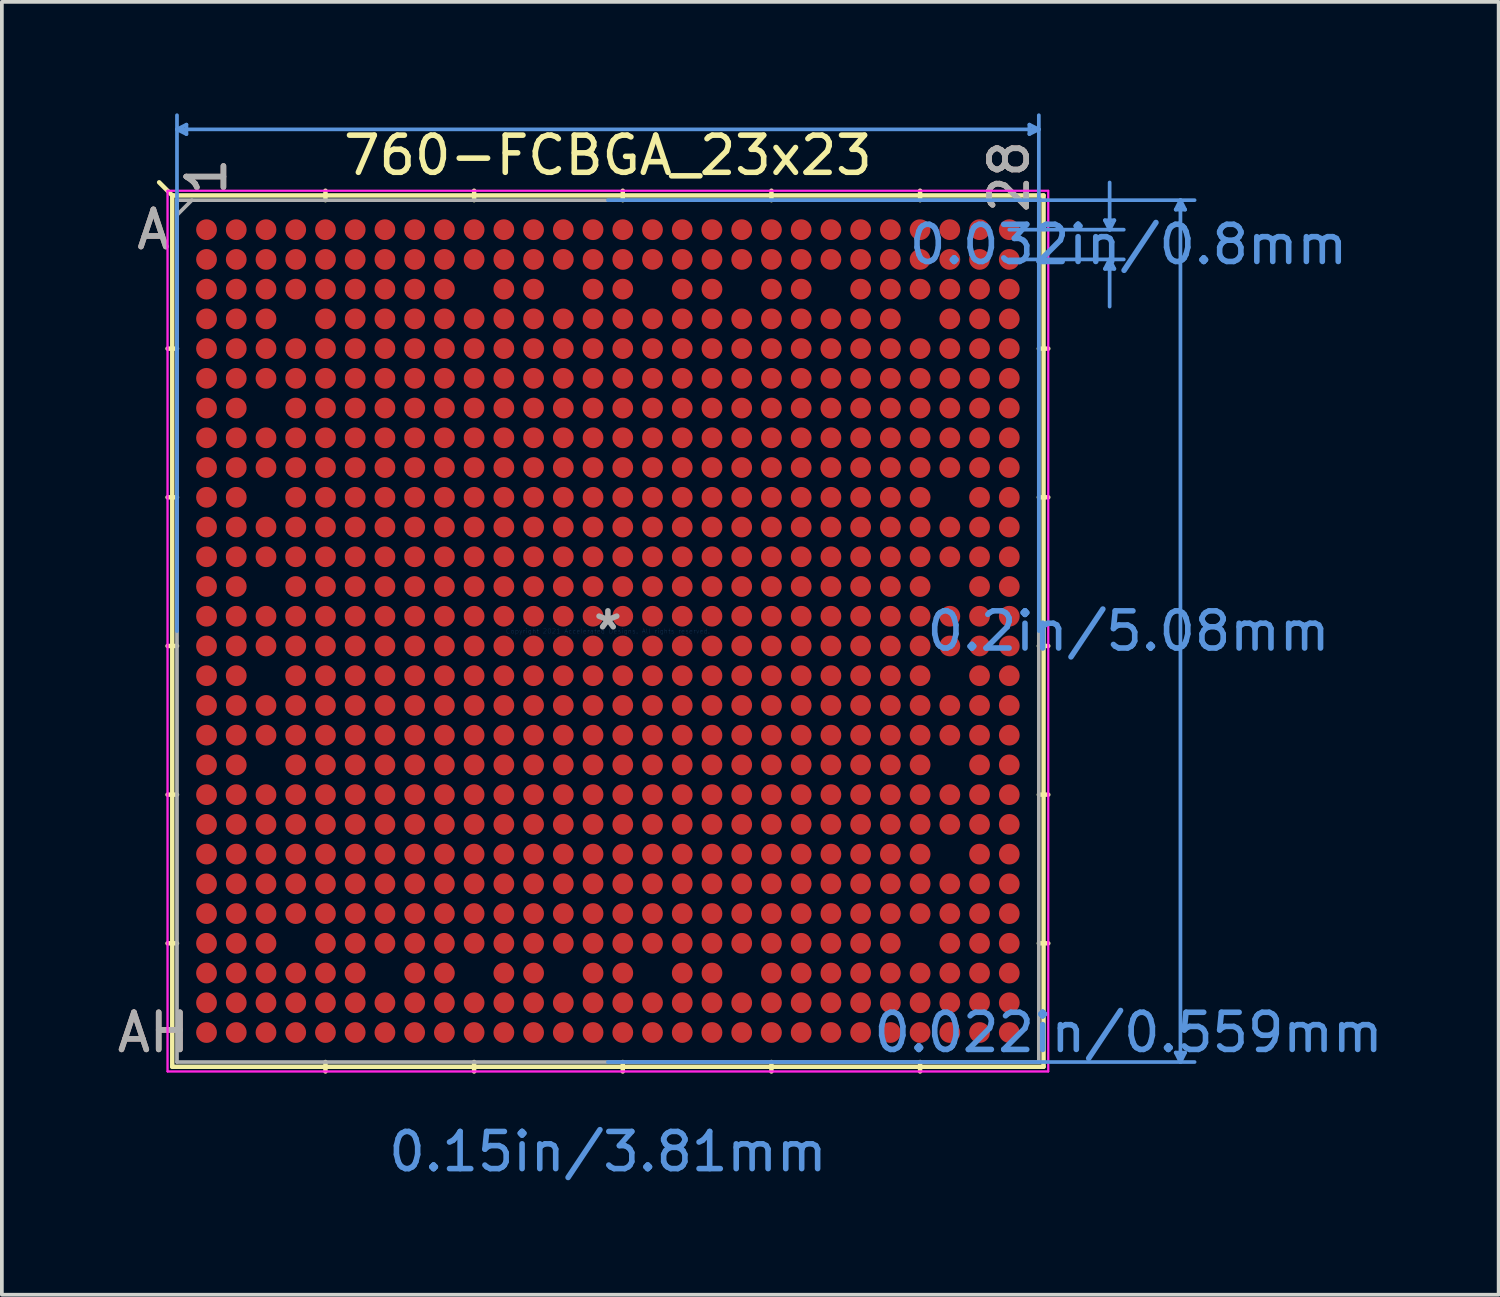
<source format=kicad_pcb>
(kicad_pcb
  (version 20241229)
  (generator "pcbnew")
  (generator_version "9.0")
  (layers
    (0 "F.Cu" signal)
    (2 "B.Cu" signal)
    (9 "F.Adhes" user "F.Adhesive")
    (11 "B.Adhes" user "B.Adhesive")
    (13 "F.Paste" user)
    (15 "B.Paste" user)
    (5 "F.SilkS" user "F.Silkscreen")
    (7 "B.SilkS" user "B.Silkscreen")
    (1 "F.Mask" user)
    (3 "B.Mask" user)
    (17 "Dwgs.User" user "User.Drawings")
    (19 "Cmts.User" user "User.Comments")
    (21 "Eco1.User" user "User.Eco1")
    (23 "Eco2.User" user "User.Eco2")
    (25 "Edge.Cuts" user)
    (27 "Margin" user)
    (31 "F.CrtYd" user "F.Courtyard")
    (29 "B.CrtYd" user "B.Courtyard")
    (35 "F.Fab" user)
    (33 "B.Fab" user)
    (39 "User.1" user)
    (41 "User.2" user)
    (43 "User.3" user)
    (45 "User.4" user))
  (footprint "760-FCBGA_23x23"
    (layer "F.Cu")
    (at 13.307 13.931)
    (property "Reference" "760-FCBGA_23x23" (at 0 -12.8 0) (layer "F.SilkS") (effects (font (size 1 1) (thickness 0.15))))
    (attr through_hole)
    (fp_line (start -11.722 -11.722) (end -12.075 -12.075) (stroke (width 0.12) (type solid)) (layer "F.SilkS"))
    (fp_line (start -11.722 -11.722) (end -11.722 11.722) (stroke (width 0.12) (type solid)) (layer "F.SilkS"))
    (fp_line (start -11.722 11.722) (end 11.722 11.722) (stroke (width 0.12) (type solid)) (layer "F.SilkS"))
    (fp_line (start -11.595 -7.601) (end -11.849 -7.601) (stroke (width 0.12) (type solid)) (layer "F.SilkS"))
    (fp_line (start -11.595 -3.6) (end -11.849 -3.6) (stroke (width 0.12) (type solid)) (layer "F.SilkS"))
    (fp_line (start -11.595 0.4) (end -11.849 0.4) (stroke (width 0.12) (type solid)) (layer "F.SilkS"))
    (fp_line (start -11.595 4.401) (end -11.849 4.401) (stroke (width 0.12) (type solid)) (layer "F.SilkS"))
    (fp_line (start -11.595 8.401) (end -11.849 8.401) (stroke (width 0.12) (type solid)) (layer "F.SilkS"))
    (fp_line (start -7.6 -11.595) (end -7.6 -11.849) (stroke (width 0.12) (type solid)) (layer "F.SilkS"))
    (fp_line (start -7.6 11.595) (end -7.6 11.849) (stroke (width 0.12) (type solid)) (layer "F.SilkS"))
    (fp_line (start -3.6 -11.595) (end -3.6 -11.849) (stroke (width 0.12) (type solid)) (layer "F.SilkS"))
    (fp_line (start -3.6 11.595) (end -3.6 11.849) (stroke (width 0.12) (type solid)) (layer "F.SilkS"))
    (fp_line (start 0.4 -11.595) (end 0.4 -11.849) (stroke (width 0.12) (type solid)) (layer "F.SilkS"))
    (fp_line (start 0.4 11.595) (end 0.4 11.849) (stroke (width 0.12) (type solid)) (layer "F.SilkS"))
    (fp_line (start 4.4 -11.595) (end 4.4 -11.849) (stroke (width 0.12) (type solid)) (layer "F.SilkS"))
    (fp_line (start 4.4 11.595) (end 4.4 11.849) (stroke (width 0.12) (type solid)) (layer "F.SilkS"))
    (fp_line (start 8.4 -11.595) (end 8.4 -11.849) (stroke (width 0.12) (type solid)) (layer "F.SilkS"))
    (fp_line (start 8.4 11.595) (end 8.4 11.849) (stroke (width 0.12) (type solid)) (layer "F.SilkS"))
    (fp_line (start 11.595 -7.601) (end 11.849 -7.601) (stroke (width 0.12) (type solid)) (layer "F.SilkS"))
    (fp_line (start 11.595 -3.6) (end 11.849 -3.6) (stroke (width 0.12) (type solid)) (layer "F.SilkS"))
    (fp_line (start 11.595 0.4) (end 11.849 0.4) (stroke (width 0.12) (type solid)) (layer "F.SilkS"))
    (fp_line (start 11.595 4.401) (end 11.849 4.401) (stroke (width 0.12) (type solid)) (layer "F.SilkS"))
    (fp_line (start 11.595 8.401) (end 11.849 8.401) (stroke (width 0.12) (type solid)) (layer "F.SilkS"))
    (fp_line (start 11.722 -11.722) (end -11.722 -11.722) (stroke (width 0.12) (type solid)) (layer "F.SilkS"))
    (fp_line (start 11.722 11.722) (end 11.722 -11.722) (stroke (width 0.12) (type solid)) (layer "F.SilkS"))
    (fp_line (start -11.595 -13.5) (end -11.341 -13.627) (stroke (width 0.1) (type solid)) (layer "Cmts.User"))
    (fp_line (start -11.595 -13.5) (end -11.341 -13.373) (stroke (width 0.1) (type solid)) (layer "Cmts.User"))
    (fp_line (start -11.595 -13.5) (end 11.595 -13.5) (stroke (width 0.1) (type solid)) (layer "Cmts.User"))
    (fp_line (start -11.595 0) (end -11.595 -13.881) (stroke (width 0.1) (type solid)) (layer "Cmts.User"))
    (fp_line (start -11.341 -13.627) (end -11.341 -13.373) (stroke (width 0.1) (type solid)) (layer "Cmts.User"))
    (fp_line (start 0 -11.595) (end 15.786 -11.595) (stroke (width 0.1) (type solid)) (layer "Cmts.User"))
    (fp_line (start 0 11.595) (end 15.786 11.595) (stroke (width 0.1) (type solid)) (layer "Cmts.User"))
    (fp_line (start 10.8 -10.801) (end 13.881 -10.801) (stroke (width 0.1) (type solid)) (layer "Cmts.User"))
    (fp_line (start 10.8 -10.001) (end 13.881 -10.001) (stroke (width 0.1) (type solid)) (layer "Cmts.User"))
    (fp_line (start 11.341 -13.627) (end 11.341 -13.373) (stroke (width 0.1) (type solid)) (layer "Cmts.User"))
    (fp_line (start 11.595 -13.5) (end 11.341 -13.627) (stroke (width 0.1) (type solid)) (layer "Cmts.User"))
    (fp_line (start 11.595 -13.5) (end 11.341 -13.373) (stroke (width 0.1) (type solid)) (layer "Cmts.User"))
    (fp_line (start 11.595 0) (end 11.595 -13.881) (stroke (width 0.1) (type solid)) (layer "Cmts.User"))
    (fp_line (start 13.373 -11.055) (end 13.627 -11.055) (stroke (width 0.1) (type solid)) (layer "Cmts.User"))
    (fp_line (start 13.373 -9.747) (end 13.627 -9.747) (stroke (width 0.1) (type solid)) (layer "Cmts.User"))
    (fp_line (start 13.5 -10.801) (end 13.373 -11.055) (stroke (width 0.1) (type solid)) (layer "Cmts.User"))
    (fp_line (start 13.5 -10.801) (end 13.5 -12.071) (stroke (width 0.1) (type solid)) (layer "Cmts.User"))
    (fp_line (start 13.5 -10.801) (end 13.627 -11.055) (stroke (width 0.1) (type solid)) (layer "Cmts.User"))
    (fp_line (start 13.5 -10.001) (end 13.373 -9.747) (stroke (width 0.1) (type solid)) (layer "Cmts.User"))
    (fp_line (start 13.5 -10.001) (end 13.5 -8.731) (stroke (width 0.1) (type solid)) (layer "Cmts.User"))
    (fp_line (start 13.5 -10.001) (end 13.627 -9.747) (stroke (width 0.1) (type solid)) (layer "Cmts.User"))
    (fp_line (start 15.278 -11.341) (end 15.532 -11.341) (stroke (width 0.1) (type solid)) (layer "Cmts.User"))
    (fp_line (start 15.278 11.341) (end 15.532 11.341) (stroke (width 0.1) (type solid)) (layer "Cmts.User"))
    (fp_line (start 15.405 -11.595) (end 15.278 -11.341) (stroke (width 0.1) (type solid)) (layer "Cmts.User"))
    (fp_line (start 15.405 -11.595) (end 15.405 11.595) (stroke (width 0.1) (type solid)) (layer "Cmts.User"))
    (fp_line (start 15.405 -11.595) (end 15.532 -11.341) (stroke (width 0.1) (type solid)) (layer "Cmts.User"))
    (fp_line (start 15.405 11.595) (end 15.278 11.341) (stroke (width 0.1) (type solid)) (layer "Cmts.User"))
    (fp_line (start 15.405 11.595) (end 15.532 11.341) (stroke (width 0.1) (type solid)) (layer "Cmts.User"))
    (fp_line (start -11.849 -11.849) (end 11.849 -11.849) (stroke (width 0.05) (type solid)) (layer "F.CrtYd"))
    (fp_line (start -11.849 -11.849) (end 11.849 -11.849) (stroke (width 0.05) (type solid)) (layer "F.CrtYd"))
    (fp_line (start -11.849 11.849) (end -11.849 -11.849) (stroke (width 0.05) (type solid)) (layer "F.CrtYd"))
    (fp_line (start -11.849 11.849) (end -11.849 -11.849) (stroke (width 0.05) (type solid)) (layer "F.CrtYd"))
    (fp_line (start 11.849 -11.849) (end 11.849 11.849) (stroke (width 0.05) (type solid)) (layer "F.CrtYd"))
    (fp_line (start 11.849 -11.849) (end 11.849 11.849) (stroke (width 0.05) (type solid)) (layer "F.CrtYd"))
    (fp_line (start 11.849 11.849) (end -11.849 11.849) (stroke (width 0.05) (type solid)) (layer "F.CrtYd"))
    (fp_line (start 11.849 11.849) (end -11.849 11.849) (stroke (width 0.05) (type solid)) (layer "F.CrtYd"))
    (fp_line (start -11.595 -11.595) (end -11.595 11.595) (stroke (width 0.1) (type solid)) (layer "F.Fab"))
    (fp_line (start -11.595 11.595) (end 11.595 11.595) (stroke (width 0.1) (type solid)) (layer "F.Fab"))
    (fp_line (start -11.195 -11.595) (end -11.595 -11.195) (stroke (width 0.1) (type solid)) (layer "F.Fab"))
    (fp_line (start 11.595 -11.595) (end -11.595 -11.595) (stroke (width 0.1) (type solid)) (layer "F.Fab"))
    (fp_line (start 11.595 11.595) (end 11.595 -11.595) (stroke (width 0.1) (type solid)) (layer "F.Fab"))
    (fp_text user "1" (at -10.8 -12.23 90) (layer "B.SilkS") (effects (font (size 1 1) (thickness 0.15))))
    (fp_text user "A" (at -12.23 -10.801 0) (layer "B.SilkS") (effects (font (size 1 1) (thickness 0.15))))
    (fp_text user "28" (at 10.8 -12.23 90) (layer "B.SilkS") (effects (font (size 1 1) (thickness 0.15))))
    (fp_text user "AH" (at -12.23 10.801 0) (layer "B.SilkS") (effects (font (size 1 1) (thickness 0.15))))
    (fp_text user "0.022in/0.559mm" (at 14.008 10.801 0) (layer "Cmts.User") (effects (font (size 1 1) (thickness 0.15))))
    (fp_text user "0.032in/0.8mm" (at 14.008 -10.401 0) (layer "Cmts.User") (effects (font (size 1 1) (thickness 0.15))))
    (fp_text user "0.2in/5.08mm" (at 14.008 0 0) (layer "Cmts.User") (effects (font (size 1 1) (thickness 0.15))))
    (fp_text user "0.15in/3.81mm" (at 0 14.008 0) (layer "Cmts.User") (effects (font (size 1 1) (thickness 0.15))))
    (fp_text user "Copyright 2021 Accelerated Designs. All rights reserved." (at 0 0 0) (layer "Cmts.User") (effects (font (size 0.127 0.127) (thickness 0.002))))
    (fp_text user "AH" (at -12.23 10.801 0) (layer "F.Fab") (effects (font (size 1 1) (thickness 0.15))))
    (fp_text user "A" (at -12.23 -10.801 0) (layer "F.Fab") (effects (font (size 1 1) (thickness 0.15))))
    (fp_text user "1" (at -10.8 -12.23 90) (layer "F.Fab") (effects (font (size 1 1) (thickness 0.15))))
    (fp_text user "28" (at 10.8 -12.23 90) (layer "F.Fab") (effects (font (size 1 1) (thickness 0.15))))
    (fp_text user "*" (at 0 0 0) (layer "F.Fab") (effects (font (size 1 1) (thickness 0.15))))
    (pad "A1" smd circle (at -10.8 -10.801) (size 0.559 0.559) (layers "F.Cu" "F.Mask" "F.Paste"))
    (pad "A2" smd circle (at -10 -10.801) (size 0.559 0.559) (layers "F.Cu" "F.Mask" "F.Paste"))
    (pad "A3" smd circle (at -9.2 -10.801) (size 0.559 0.559) (layers "F.Cu" "F.Mask" "F.Paste"))
    (pad "A4" smd circle (at -8.4 -10.801) (size 0.559 0.559) (layers "F.Cu" "F.Mask" "F.Paste"))
    (pad "A5" smd circle (at -7.6 -10.801) (size 0.559 0.559) (layers "F.Cu" "F.Mask" "F.Paste"))
    (pad "A6" smd circle (at -6.8 -10.801) (size 0.559 0.559) (layers "F.Cu" "F.Mask" "F.Paste"))
    (pad "A7" smd circle (at -6 -10.801) (size 0.559 0.559) (layers "F.Cu" "F.Mask" "F.Paste"))
    (pad "A8" smd circle (at -5.2 -10.801) (size 0.559 0.559) (layers "F.Cu" "F.Mask" "F.Paste"))
    (pad "A9" smd circle (at -4.4 -10.801) (size 0.559 0.559) (layers "F.Cu" "F.Mask" "F.Paste"))
    (pad "A10" smd circle (at -3.6 -10.801) (size 0.559 0.559) (layers "F.Cu" "F.Mask" "F.Paste"))
    (pad "A11" smd circle (at -2.8 -10.801) (size 0.559 0.559) (layers "F.Cu" "F.Mask" "F.Paste"))
    (pad "A12" smd circle (at -2 -10.801) (size 0.559 0.559) (layers "F.Cu" "F.Mask" "F.Paste"))
    (pad "A13" smd circle (at -1.2 -10.801) (size 0.559 0.559) (layers "F.Cu" "F.Mask" "F.Paste"))
    (pad "A14" smd circle (at -0.4 -10.801) (size 0.559 0.559) (layers "F.Cu" "F.Mask" "F.Paste"))
    (pad "A15" smd circle (at 0.4 -10.801) (size 0.559 0.559) (layers "F.Cu" "F.Mask" "F.Paste"))
    (pad "A16" smd circle (at 1.2 -10.801) (size 0.559 0.559) (layers "F.Cu" "F.Mask" "F.Paste"))
    (pad "A17" smd circle (at 2 -10.801) (size 0.559 0.559) (layers "F.Cu" "F.Mask" "F.Paste"))
    (pad "A18" smd circle (at 2.8 -10.801) (size 0.559 0.559) (layers "F.Cu" "F.Mask" "F.Paste"))
    (pad "A19" smd circle (at 3.6 -10.801) (size 0.559 0.559) (layers "F.Cu" "F.Mask" "F.Paste"))
    (pad "A20" smd circle (at 4.4 -10.801) (size 0.559 0.559) (layers "F.Cu" "F.Mask" "F.Paste"))
    (pad "A21" smd circle (at 5.2 -10.801) (size 0.559 0.559) (layers "F.Cu" "F.Mask" "F.Paste"))
    (pad "A22" smd circle (at 6 -10.801) (size 0.559 0.559) (layers "F.Cu" "F.Mask" "F.Paste"))
    (pad "A23" smd circle (at 6.8 -10.801) (size 0.559 0.559) (layers "F.Cu" "F.Mask" "F.Paste"))
    (pad "A24" smd circle (at 7.6 -10.801) (size 0.559 0.559) (layers "F.Cu" "F.Mask" "F.Paste"))
    (pad "A25" smd circle (at 8.4 -10.801) (size 0.559 0.559) (layers "F.Cu" "F.Mask" "F.Paste"))
    (pad "A26" smd circle (at 9.2 -10.801) (size 0.559 0.559) (layers "F.Cu" "F.Mask" "F.Paste"))
    (pad "A27" smd circle (at 10 -10.801) (size 0.559 0.559) (layers "F.Cu" "F.Mask" "F.Paste"))
    (pad "A28" smd circle (at 10.8 -10.801) (size 0.559 0.559) (layers "F.Cu" "F.Mask" "F.Paste"))
    (pad "AA1" smd circle (at -10.8 5.201) (size 0.559 0.559) (layers "F.Cu" "F.Mask" "F.Paste"))
    (pad "AA2" smd circle (at -10 5.201) (size 0.559 0.559) (layers "F.Cu" "F.Mask" "F.Paste"))
    (pad "AA3" smd circle (at -9.2 5.201) (size 0.559 0.559) (layers "F.Cu" "F.Mask" "F.Paste"))
    (pad "AA4" smd circle (at -8.4 5.201) (size 0.559 0.559) (layers "F.Cu" "F.Mask" "F.Paste"))
    (pad "AA5" smd circle (at -7.6 5.201) (size 0.559 0.559) (layers "F.Cu" "F.Mask" "F.Paste"))
    (pad "AA6" smd circle (at -6.8 5.201) (size 0.559 0.559) (layers "F.Cu" "F.Mask" "F.Paste"))
    (pad "AA7" smd circle (at -6 5.201) (size 0.559 0.559) (layers "F.Cu" "F.Mask" "F.Paste"))
    (pad "AA8" smd circle (at -5.2 5.201) (size 0.559 0.559) (layers "F.Cu" "F.Mask" "F.Paste"))
    (pad "AA9" smd circle (at -4.4 5.201) (size 0.559 0.559) (layers "F.Cu" "F.Mask" "F.Paste"))
    (pad "AA10" smd circle (at -3.6 5.201) (size 0.559 0.559) (layers "F.Cu" "F.Mask" "F.Paste"))
    (pad "AA11" smd circle (at -2.8 5.201) (size 0.559 0.559) (layers "F.Cu" "F.Mask" "F.Paste"))
    (pad "AA12" smd circle (at -2 5.201) (size 0.559 0.559) (layers "F.Cu" "F.Mask" "F.Paste"))
    (pad "AA13" smd circle (at -1.2 5.201) (size 0.559 0.559) (layers "F.Cu" "F.Mask" "F.Paste"))
    (pad "AA14" smd circle (at -0.4 5.201) (size 0.559 0.559) (layers "F.Cu" "F.Mask" "F.Paste"))
    (pad "AA15" smd circle (at 0.4 5.201) (size 0.559 0.559) (layers "F.Cu" "F.Mask" "F.Paste"))
    (pad "AA16" smd circle (at 1.2 5.201) (size 0.559 0.559) (layers "F.Cu" "F.Mask" "F.Paste"))
    (pad "AA17" smd circle (at 2 5.201) (size 0.559 0.559) (layers "F.Cu" "F.Mask" "F.Paste"))
    (pad "AA18" smd circle (at 2.8 5.201) (size 0.559 0.559) (layers "F.Cu" "F.Mask" "F.Paste"))
    (pad "AA19" smd circle (at 3.6 5.201) (size 0.559 0.559) (layers "F.Cu" "F.Mask" "F.Paste"))
    (pad "AA20" smd circle (at 4.4 5.201) (size 0.559 0.559) (layers "F.Cu" "F.Mask" "F.Paste"))
    (pad "AA21" smd circle (at 5.2 5.201) (size 0.559 0.559) (layers "F.Cu" "F.Mask" "F.Paste"))
    (pad "AA22" smd circle (at 6 5.201) (size 0.559 0.559) (layers "F.Cu" "F.Mask" "F.Paste"))
    (pad "AA23" smd circle (at 6.8 5.201) (size 0.559 0.559) (layers "F.Cu" "F.Mask" "F.Paste"))
    (pad "AA24" smd circle (at 7.6 5.201) (size 0.559 0.559) (layers "F.Cu" "F.Mask" "F.Paste"))
    (pad "AA25" smd circle (at 8.4 5.201) (size 0.559 0.559) (layers "F.Cu" "F.Mask" "F.Paste"))
    (pad "AA26" smd circle (at 9.2 5.201) (size 0.559 0.559) (layers "F.Cu" "F.Mask" "F.Paste"))
    (pad "AA27" smd circle (at 10 5.201) (size 0.559 0.559) (layers "F.Cu" "F.Mask" "F.Paste"))
    (pad "AA28" smd circle (at 10.8 5.201) (size 0.559 0.559) (layers "F.Cu" "F.Mask" "F.Paste"))
    (pad "AB1" smd circle (at -10.8 6.001) (size 0.559 0.559) (layers "F.Cu" "F.Mask" "F.Paste"))
    (pad "AB2" smd circle (at -10 6.001) (size 0.559 0.559) (layers "F.Cu" "F.Mask" "F.Paste"))
    (pad "AB3" smd circle (at -9.2 6.001) (size 0.559 0.559) (layers "F.Cu" "F.Mask" "F.Paste"))
    (pad "AB4" smd circle (at -8.4 6.001) (size 0.559 0.559) (layers "F.Cu" "F.Mask" "F.Paste"))
    (pad "AB5" smd circle (at -7.6 6.001) (size 0.559 0.559) (layers "F.Cu" "F.Mask" "F.Paste"))
    (pad "AB6" smd circle (at -6.8 6.001) (size 0.559 0.559) (layers "F.Cu" "F.Mask" "F.Paste"))
    (pad "AB7" smd circle (at -6 6.001) (size 0.559 0.559) (layers "F.Cu" "F.Mask" "F.Paste"))
    (pad "AB8" smd circle (at -5.2 6.001) (size 0.559 0.559) (layers "F.Cu" "F.Mask" "F.Paste"))
    (pad "AB9" smd circle (at -4.4 6.001) (size 0.559 0.559) (layers "F.Cu" "F.Mask" "F.Paste"))
    (pad "AB10" smd circle (at -3.6 6.001) (size 0.559 0.559) (layers "F.Cu" "F.Mask" "F.Paste"))
    (pad "AB11" smd circle (at -2.8 6.001) (size 0.559 0.559) (layers "F.Cu" "F.Mask" "F.Paste"))
    (pad "AB12" smd circle (at -2 6.001) (size 0.559 0.559) (layers "F.Cu" "F.Mask" "F.Paste"))
    (pad "AB13" smd circle (at -1.2 6.001) (size 0.559 0.559) (layers "F.Cu" "F.Mask" "F.Paste"))
    (pad "AB14" smd circle (at -0.4 6.001) (size 0.559 0.559) (layers "F.Cu" "F.Mask" "F.Paste"))
    (pad "AB15" smd circle (at 0.4 6.001) (size 0.559 0.559) (layers "F.Cu" "F.Mask" "F.Paste"))
    (pad "AB16" smd circle (at 1.2 6.001) (size 0.559 0.559) (layers "F.Cu" "F.Mask" "F.Paste"))
    (pad "AB17" smd circle (at 2 6.001) (size 0.559 0.559) (layers "F.Cu" "F.Mask" "F.Paste"))
    (pad "AB18" smd circle (at 2.8 6.001) (size 0.559 0.559) (layers "F.Cu" "F.Mask" "F.Paste"))
    (pad "AB19" smd circle (at 3.6 6.001) (size 0.559 0.559) (layers "F.Cu" "F.Mask" "F.Paste"))
    (pad "AB20" smd circle (at 4.4 6.001) (size 0.559 0.559) (layers "F.Cu" "F.Mask" "F.Paste"))
    (pad "AB21" smd circle (at 5.2 6.001) (size 0.559 0.559) (layers "F.Cu" "F.Mask" "F.Paste"))
    (pad "AB22" smd circle (at 6 6.001) (size 0.559 0.559) (layers "F.Cu" "F.Mask" "F.Paste"))
    (pad "AB23" smd circle (at 6.8 6.001) (size 0.559 0.559) (layers "F.Cu" "F.Mask" "F.Paste"))
    (pad "AB24" smd circle (at 7.6 6.001) (size 0.559 0.559) (layers "F.Cu" "F.Mask" "F.Paste"))
    (pad "AB25" smd circle (at 8.4 6.001) (size 0.559 0.559) (layers "F.Cu" "F.Mask" "F.Paste"))
    (pad "AB27" smd circle (at 10 6.001) (size 0.559 0.559) (layers "F.Cu" "F.Mask" "F.Paste"))
    (pad "AB28" smd circle (at 10.8 6.001) (size 0.559 0.559) (layers "F.Cu" "F.Mask" "F.Paste"))
    (pad "AC1" smd circle (at -10.8 6.801) (size 0.559 0.559) (layers "F.Cu" "F.Mask" "F.Paste"))
    (pad "AC2" smd circle (at -10 6.801) (size 0.559 0.559) (layers "F.Cu" "F.Mask" "F.Paste"))
    (pad "AC3" smd circle (at -9.2 6.801) (size 0.559 0.559) (layers "F.Cu" "F.Mask" "F.Paste"))
    (pad "AC4" smd circle (at -8.4 6.801) (size 0.559 0.559) (layers "F.Cu" "F.Mask" "F.Paste"))
    (pad "AC5" smd circle (at -7.6 6.801) (size 0.559 0.559) (layers "F.Cu" "F.Mask" "F.Paste"))
    (pad "AC6" smd circle (at -6.8 6.801) (size 0.559 0.559) (layers "F.Cu" "F.Mask" "F.Paste"))
    (pad "AC7" smd circle (at -6 6.801) (size 0.559 0.559) (layers "F.Cu" "F.Mask" "F.Paste"))
    (pad "AC8" smd circle (at -5.2 6.801) (size 0.559 0.559) (layers "F.Cu" "F.Mask" "F.Paste"))
    (pad "AC9" smd circle (at -4.4 6.801) (size 0.559 0.559) (layers "F.Cu" "F.Mask" "F.Paste"))
    (pad "AC10" smd circle (at -3.6 6.801) (size 0.559 0.559) (layers "F.Cu" "F.Mask" "F.Paste"))
    (pad "AC11" smd circle (at -2.8 6.801) (size 0.559 0.559) (layers "F.Cu" "F.Mask" "F.Paste"))
    (pad "AC12" smd circle (at -2 6.801) (size 0.559 0.559) (layers "F.Cu" "F.Mask" "F.Paste"))
    (pad "AC13" smd circle (at -1.2 6.801) (size 0.559 0.559) (layers "F.Cu" "F.Mask" "F.Paste"))
    (pad "AC14" smd circle (at -0.4 6.801) (size 0.559 0.559) (layers "F.Cu" "F.Mask" "F.Paste"))
    (pad "AC15" smd circle (at 0.4 6.801) (size 0.559 0.559) (layers "F.Cu" "F.Mask" "F.Paste"))
    (pad "AC16" smd circle (at 1.2 6.801) (size 0.559 0.559) (layers "F.Cu" "F.Mask" "F.Paste"))
    (pad "AC17" smd circle (at 2 6.801) (size 0.559 0.559) (layers "F.Cu" "F.Mask" "F.Paste"))
    (pad "AC18" smd circle (at 2.8 6.801) (size 0.559 0.559) (layers "F.Cu" "F.Mask" "F.Paste"))
    (pad "AC19" smd circle (at 3.6 6.801) (size 0.559 0.559) (layers "F.Cu" "F.Mask" "F.Paste"))
    (pad "AC20" smd circle (at 4.4 6.801) (size 0.559 0.559) (layers "F.Cu" "F.Mask" "F.Paste"))
    (pad "AC21" smd circle (at 5.2 6.801) (size 0.559 0.559) (layers "F.Cu" "F.Mask" "F.Paste"))
    (pad "AC22" smd circle (at 6 6.801) (size 0.559 0.559) (layers "F.Cu" "F.Mask" "F.Paste"))
    (pad "AC23" smd circle (at 6.8 6.801) (size 0.559 0.559) (layers "F.Cu" "F.Mask" "F.Paste"))
    (pad "AC24" smd circle (at 7.6 6.801) (size 0.559 0.559) (layers "F.Cu" "F.Mask" "F.Paste"))
    (pad "AC25" smd circle (at 8.4 6.801) (size 0.559 0.559) (layers "F.Cu" "F.Mask" "F.Paste"))
    (pad "AC26" smd circle (at 9.2 6.801) (size 0.559 0.559) (layers "F.Cu" "F.Mask" "F.Paste"))
    (pad "AC27" smd circle (at 10 6.801) (size 0.559 0.559) (layers "F.Cu" "F.Mask" "F.Paste"))
    (pad "AC28" smd circle (at 10.8 6.801) (size 0.559 0.559) (layers "F.Cu" "F.Mask" "F.Paste"))
    (pad "AD1" smd circle (at -10.8 7.601) (size 0.559 0.559) (layers "F.Cu" "F.Mask" "F.Paste"))
    (pad "AD2" smd circle (at -10 7.601) (size 0.559 0.559) (layers "F.Cu" "F.Mask" "F.Paste"))
    (pad "AD3" smd circle (at -9.2 7.601) (size 0.559 0.559) (layers "F.Cu" "F.Mask" "F.Paste"))
    (pad "AD4" smd circle (at -8.4 7.601) (size 0.559 0.559) (layers "F.Cu" "F.Mask" "F.Paste"))
    (pad "AD5" smd circle (at -7.6 7.601) (size 0.559 0.559) (layers "F.Cu" "F.Mask" "F.Paste"))
    (pad "AD6" smd circle (at -6.8 7.601) (size 0.559 0.559) (layers "F.Cu" "F.Mask" "F.Paste"))
    (pad "AD7" smd circle (at -6 7.601) (size 0.559 0.559) (layers "F.Cu" "F.Mask" "F.Paste"))
    (pad "AD8" smd circle (at -5.2 7.601) (size 0.559 0.559) (layers "F.Cu" "F.Mask" "F.Paste"))
    (pad "AD9" smd circle (at -4.4 7.601) (size 0.559 0.559) (layers "F.Cu" "F.Mask" "F.Paste"))
    (pad "AD10" smd circle (at -3.6 7.601) (size 0.559 0.559) (layers "F.Cu" "F.Mask" "F.Paste"))
    (pad "AD11" smd circle (at -2.8 7.601) (size 0.559 0.559) (layers "F.Cu" "F.Mask" "F.Paste"))
    (pad "AD12" smd circle (at -2 7.601) (size 0.559 0.559) (layers "F.Cu" "F.Mask" "F.Paste"))
    (pad "AD13" smd circle (at -1.2 7.601) (size 0.559 0.559) (layers "F.Cu" "F.Mask" "F.Paste"))
    (pad "AD14" smd circle (at -0.4 7.601) (size 0.559 0.559) (layers "F.Cu" "F.Mask" "F.Paste"))
    (pad "AD15" smd circle (at 0.4 7.601) (size 0.559 0.559) (layers "F.Cu" "F.Mask" "F.Paste"))
    (pad "AD16" smd circle (at 1.2 7.601) (size 0.559 0.559) (layers "F.Cu" "F.Mask" "F.Paste"))
    (pad "AD17" smd circle (at 2 7.601) (size 0.559 0.559) (layers "F.Cu" "F.Mask" "F.Paste"))
    (pad "AD18" smd circle (at 2.8 7.601) (size 0.559 0.559) (layers "F.Cu" "F.Mask" "F.Paste"))
    (pad "AD19" smd circle (at 3.6 7.601) (size 0.559 0.559) (layers "F.Cu" "F.Mask" "F.Paste"))
    (pad "AD20" smd circle (at 4.4 7.601) (size 0.559 0.559) (layers "F.Cu" "F.Mask" "F.Paste"))
    (pad "AD21" smd circle (at 5.2 7.601) (size 0.559 0.559) (layers "F.Cu" "F.Mask" "F.Paste"))
    (pad "AD22" smd circle (at 6 7.601) (size 0.559 0.559) (layers "F.Cu" "F.Mask" "F.Paste"))
    (pad "AD23" smd circle (at 6.8 7.601) (size 0.559 0.559) (layers "F.Cu" "F.Mask" "F.Paste"))
    (pad "AD24" smd circle (at 7.6 7.601) (size 0.559 0.559) (layers "F.Cu" "F.Mask" "F.Paste"))
    (pad "AD25" smd circle (at 8.4 7.601) (size 0.559 0.559) (layers "F.Cu" "F.Mask" "F.Paste"))
    (pad "AD26" smd circle (at 9.2 7.601) (size 0.559 0.559) (layers "F.Cu" "F.Mask" "F.Paste"))
    (pad "AD27" smd circle (at 10 7.601) (size 0.559 0.559) (layers "F.Cu" "F.Mask" "F.Paste"))
    (pad "AD28" smd circle (at 10.8 7.601) (size 0.559 0.559) (layers "F.Cu" "F.Mask" "F.Paste"))
    (pad "AE1" smd circle (at -10.8 8.401) (size 0.559 0.559) (layers "F.Cu" "F.Mask" "F.Paste"))
    (pad "AE2" smd circle (at -10 8.401) (size 0.559 0.559) (layers "F.Cu" "F.Mask" "F.Paste"))
    (pad "AE3" smd circle (at -9.2 8.401) (size 0.559 0.559) (layers "F.Cu" "F.Mask" "F.Paste"))
    (pad "AE5" smd circle (at -7.6 8.401) (size 0.559 0.559) (layers "F.Cu" "F.Mask" "F.Paste"))
    (pad "AE6" smd circle (at -6.8 8.401) (size 0.559 0.559) (layers "F.Cu" "F.Mask" "F.Paste"))
    (pad "AE7" smd circle (at -6 8.401) (size 0.559 0.559) (layers "F.Cu" "F.Mask" "F.Paste"))
    (pad "AE8" smd circle (at -5.2 8.401) (size 0.559 0.559) (layers "F.Cu" "F.Mask" "F.Paste"))
    (pad "AE9" smd circle (at -4.4 8.401) (size 0.559 0.559) (layers "F.Cu" "F.Mask" "F.Paste"))
    (pad "AE10" smd circle (at -3.6 8.401) (size 0.559 0.559) (layers "F.Cu" "F.Mask" "F.Paste"))
    (pad "AE11" smd circle (at -2.8 8.401) (size 0.559 0.559) (layers "F.Cu" "F.Mask" "F.Paste"))
    (pad "AE12" smd circle (at -2 8.401) (size 0.559 0.559) (layers "F.Cu" "F.Mask" "F.Paste"))
    (pad "AE13" smd circle (at -1.2 8.401) (size 0.559 0.559) (layers "F.Cu" "F.Mask" "F.Paste"))
    (pad "AE14" smd circle (at -0.4 8.401) (size 0.559 0.559) (layers "F.Cu" "F.Mask" "F.Paste"))
    (pad "AE15" smd circle (at 0.4 8.401) (size 0.559 0.559) (layers "F.Cu" "F.Mask" "F.Paste"))
    (pad "AE16" smd circle (at 1.2 8.401) (size 0.559 0.559) (layers "F.Cu" "F.Mask" "F.Paste"))
    (pad "AE17" smd circle (at 2 8.401) (size 0.559 0.559) (layers "F.Cu" "F.Mask" "F.Paste"))
    (pad "AE18" smd circle (at 2.8 8.401) (size 0.559 0.559) (layers "F.Cu" "F.Mask" "F.Paste"))
    (pad "AE19" smd circle (at 3.6 8.401) (size 0.559 0.559) (layers "F.Cu" "F.Mask" "F.Paste"))
    (pad "AE20" smd circle (at 4.4 8.401) (size 0.559 0.559) (layers "F.Cu" "F.Mask" "F.Paste"))
    (pad "AE21" smd circle (at 5.2 8.401) (size 0.559 0.559) (layers "F.Cu" "F.Mask" "F.Paste"))
    (pad "AE22" smd circle (at 6 8.401) (size 0.559 0.559) (layers "F.Cu" "F.Mask" "F.Paste"))
    (pad "AE23" smd circle (at 6.8 8.401) (size 0.559 0.559) (layers "F.Cu" "F.Mask" "F.Paste"))
    (pad "AE24" smd circle (at 7.6 8.401) (size 0.559 0.559) (layers "F.Cu" "F.Mask" "F.Paste"))
    (pad "AE26" smd circle (at 9.2 8.401) (size 0.559 0.559) (layers "F.Cu" "F.Mask" "F.Paste"))
    (pad "AE27" smd circle (at 10 8.401) (size 0.559 0.559) (layers "F.Cu" "F.Mask" "F.Paste"))
    (pad "AE28" smd circle (at 10.8 8.401) (size 0.559 0.559) (layers "F.Cu" "F.Mask" "F.Paste"))
    (pad "AF1" smd circle (at -10.8 9.201) (size 0.559 0.559) (layers "F.Cu" "F.Mask" "F.Paste"))
    (pad "AF2" smd circle (at -10 9.201) (size 0.559 0.559) (layers "F.Cu" "F.Mask" "F.Paste"))
    (pad "AF3" smd circle (at -9.2 9.201) (size 0.559 0.559) (layers "F.Cu" "F.Mask" "F.Paste"))
    (pad "AF4" smd circle (at -8.4 9.201) (size 0.559 0.559) (layers "F.Cu" "F.Mask" "F.Paste"))
    (pad "AF5" smd circle (at -7.6 9.201) (size 0.559 0.559) (layers "F.Cu" "F.Mask" "F.Paste"))
    (pad "AF6" smd circle (at -6.8 9.201) (size 0.559 0.559) (layers "F.Cu" "F.Mask" "F.Paste"))
    (pad "AF8" smd circle (at -5.2 9.201) (size 0.559 0.559) (layers "F.Cu" "F.Mask" "F.Paste"))
    (pad "AF9" smd circle (at -4.4 9.201) (size 0.559 0.559) (layers "F.Cu" "F.Mask" "F.Paste"))
    (pad "AF11" smd circle (at -2.8 9.201) (size 0.559 0.559) (layers "F.Cu" "F.Mask" "F.Paste"))
    (pad "AF12" smd circle (at -2 9.201) (size 0.559 0.559) (layers "F.Cu" "F.Mask" "F.Paste"))
    (pad "AF14" smd circle (at -0.4 9.201) (size 0.559 0.559) (layers "F.Cu" "F.Mask" "F.Paste"))
    (pad "AF15" smd circle (at 0.4 9.201) (size 0.559 0.559) (layers "F.Cu" "F.Mask" "F.Paste"))
    (pad "AF17" smd circle (at 2 9.201) (size 0.559 0.559) (layers "F.Cu" "F.Mask" "F.Paste"))
    (pad "AF18" smd circle (at 2.8 9.201) (size 0.559 0.559) (layers "F.Cu" "F.Mask" "F.Paste"))
    (pad "AF20" smd circle (at 4.4 9.201) (size 0.559 0.559) (layers "F.Cu" "F.Mask" "F.Paste"))
    (pad "AF21" smd circle (at 5.2 9.201) (size 0.559 0.559) (layers "F.Cu" "F.Mask" "F.Paste"))
    (pad "AF22" smd circle (at 6 9.201) (size 0.559 0.559) (layers "F.Cu" "F.Mask" "F.Paste"))
    (pad "AF23" smd circle (at 6.8 9.201) (size 0.559 0.559) (layers "F.Cu" "F.Mask" "F.Paste"))
    (pad "AF24" smd circle (at 7.6 9.201) (size 0.559 0.559) (layers "F.Cu" "F.Mask" "F.Paste"))
    (pad "AF25" smd circle (at 8.4 9.201) (size 0.559 0.559) (layers "F.Cu" "F.Mask" "F.Paste"))
    (pad "AF26" smd circle (at 9.2 9.201) (size 0.559 0.559) (layers "F.Cu" "F.Mask" "F.Paste"))
    (pad "AF27" smd circle (at 10 9.201) (size 0.559 0.559) (layers "F.Cu" "F.Mask" "F.Paste"))
    (pad "AF28" smd circle (at 10.8 9.201) (size 0.559 0.559) (layers "F.Cu" "F.Mask" "F.Paste"))
    (pad "AG1" smd circle (at -10.8 10.001) (size 0.559 0.559) (layers "F.Cu" "F.Mask" "F.Paste"))
    (pad "AG2" smd circle (at -10 10.001) (size 0.559 0.559) (layers "F.Cu" "F.Mask" "F.Paste"))
    (pad "AG3" smd circle (at -9.2 10.001) (size 0.559 0.559) (layers "F.Cu" "F.Mask" "F.Paste"))
    (pad "AG4" smd circle (at -8.4 10.001) (size 0.559 0.559) (layers "F.Cu" "F.Mask" "F.Paste"))
    (pad "AG5" smd circle (at -7.6 10.001) (size 0.559 0.559) (layers "F.Cu" "F.Mask" "F.Paste"))
    (pad "AG6" smd circle (at -6.8 10.001) (size 0.559 0.559) (layers "F.Cu" "F.Mask" "F.Paste"))
    (pad "AG7" smd circle (at -6 10.001) (size 0.559 0.559) (layers "F.Cu" "F.Mask" "F.Paste"))
    (pad "AG8" smd circle (at -5.2 10.001) (size 0.559 0.559) (layers "F.Cu" "F.Mask" "F.Paste"))
    (pad "AG9" smd circle (at -4.4 10.001) (size 0.559 0.559) (layers "F.Cu" "F.Mask" "F.Paste"))
    (pad "AG10" smd circle (at -3.6 10.001) (size 0.559 0.559) (layers "F.Cu" "F.Mask" "F.Paste"))
    (pad "AG11" smd circle (at -2.8 10.001) (size 0.559 0.559) (layers "F.Cu" "F.Mask" "F.Paste"))
    (pad "AG12" smd circle (at -2 10.001) (size 0.559 0.559) (layers "F.Cu" "F.Mask" "F.Paste"))
    (pad "AG13" smd circle (at -1.2 10.001) (size 0.559 0.559) (layers "F.Cu" "F.Mask" "F.Paste"))
    (pad "AG14" smd circle (at -0.4 10.001) (size 0.559 0.559) (layers "F.Cu" "F.Mask" "F.Paste"))
    (pad "AG15" smd circle (at 0.4 10.001) (size 0.559 0.559) (layers "F.Cu" "F.Mask" "F.Paste"))
    (pad "AG16" smd circle (at 1.2 10.001) (size 0.559 0.559) (layers "F.Cu" "F.Mask" "F.Paste"))
    (pad "AG17" smd circle (at 2 10.001) (size 0.559 0.559) (layers "F.Cu" "F.Mask" "F.Paste"))
    (pad "AG18" smd circle (at 2.8 10.001) (size 0.559 0.559) (layers "F.Cu" "F.Mask" "F.Paste"))
    (pad "AG19" smd circle (at 3.6 10.001) (size 0.559 0.559) (layers "F.Cu" "F.Mask" "F.Paste"))
    (pad "AG20" smd circle (at 4.4 10.001) (size 0.559 0.559) (layers "F.Cu" "F.Mask" "F.Paste"))
    (pad "AG21" smd circle (at 5.2 10.001) (size 0.559 0.559) (layers "F.Cu" "F.Mask" "F.Paste"))
    (pad "AG22" smd circle (at 6 10.001) (size 0.559 0.559) (layers "F.Cu" "F.Mask" "F.Paste"))
    (pad "AG23" smd circle (at 6.8 10.001) (size 0.559 0.559) (layers "F.Cu" "F.Mask" "F.Paste"))
    (pad "AG24" smd circle (at 7.6 10.001) (size 0.559 0.559) (layers "F.Cu" "F.Mask" "F.Paste"))
    (pad "AG25" smd circle (at 8.4 10.001) (size 0.559 0.559) (layers "F.Cu" "F.Mask" "F.Paste"))
    (pad "AG26" smd circle (at 9.2 10.001) (size 0.559 0.559) (layers "F.Cu" "F.Mask" "F.Paste"))
    (pad "AG27" smd circle (at 10 10.001) (size 0.559 0.559) (layers "F.Cu" "F.Mask" "F.Paste"))
    (pad "AG28" smd circle (at 10.8 10.001) (size 0.559 0.559) (layers "F.Cu" "F.Mask" "F.Paste"))
    (pad "AH1" smd circle (at -10.8 10.801) (size 0.559 0.559) (layers "F.Cu" "F.Mask" "F.Paste"))
    (pad "AH2" smd circle (at -10 10.801) (size 0.559 0.559) (layers "F.Cu" "F.Mask" "F.Paste"))
    (pad "AH3" smd circle (at -9.2 10.801) (size 0.559 0.559) (layers "F.Cu" "F.Mask" "F.Paste"))
    (pad "AH4" smd circle (at -8.4 10.801) (size 0.559 0.559) (layers "F.Cu" "F.Mask" "F.Paste"))
    (pad "AH5" smd circle (at -7.6 10.801) (size 0.559 0.559) (layers "F.Cu" "F.Mask" "F.Paste"))
    (pad "AH6" smd circle (at -6.8 10.801) (size 0.559 0.559) (layers "F.Cu" "F.Mask" "F.Paste"))
    (pad "AH7" smd circle (at -6 10.801) (size 0.559 0.559) (layers "F.Cu" "F.Mask" "F.Paste"))
    (pad "AH8" smd circle (at -5.2 10.801) (size 0.559 0.559) (layers "F.Cu" "F.Mask" "F.Paste"))
    (pad "AH9" smd circle (at -4.4 10.801) (size 0.559 0.559) (layers "F.Cu" "F.Mask" "F.Paste"))
    (pad "AH10" smd circle (at -3.6 10.801) (size 0.559 0.559) (layers "F.Cu" "F.Mask" "F.Paste"))
    (pad "AH11" smd circle (at -2.8 10.801) (size 0.559 0.559) (layers "F.Cu" "F.Mask" "F.Paste"))
    (pad "AH12" smd circle (at -2 10.801) (size 0.559 0.559) (layers "F.Cu" "F.Mask" "F.Paste"))
    (pad "AH13" smd circle (at -1.2 10.801) (size 0.559 0.559) (layers "F.Cu" "F.Mask" "F.Paste"))
    (pad "AH14" smd circle (at -0.4 10.801) (size 0.559 0.559) (layers "F.Cu" "F.Mask" "F.Paste"))
    (pad "AH15" smd circle (at 0.4 10.801) (size 0.559 0.559) (layers "F.Cu" "F.Mask" "F.Paste"))
    (pad "AH16" smd circle (at 1.2 10.801) (size 0.559 0.559) (layers "F.Cu" "F.Mask" "F.Paste"))
    (pad "AH17" smd circle (at 2 10.801) (size 0.559 0.559) (layers "F.Cu" "F.Mask" "F.Paste"))
    (pad "AH18" smd circle (at 2.8 10.801) (size 0.559 0.559) (layers "F.Cu" "F.Mask" "F.Paste"))
    (pad "AH19" smd circle (at 3.6 10.801) (size 0.559 0.559) (layers "F.Cu" "F.Mask" "F.Paste"))
    (pad "AH20" smd circle (at 4.4 10.801) (size 0.559 0.559) (layers "F.Cu" "F.Mask" "F.Paste"))
    (pad "AH21" smd circle (at 5.2 10.801) (size 0.559 0.559) (layers "F.Cu" "F.Mask" "F.Paste"))
    (pad "AH22" smd circle (at 6 10.801) (size 0.559 0.559) (layers "F.Cu" "F.Mask" "F.Paste"))
    (pad "AH23" smd circle (at 6.8 10.801) (size 0.559 0.559) (layers "F.Cu" "F.Mask" "F.Paste"))
    (pad "AH24" smd circle (at 7.6 10.801) (size 0.559 0.559) (layers "F.Cu" "F.Mask" "F.Paste"))
    (pad "AH25" smd circle (at 8.4 10.801) (size 0.559 0.559) (layers "F.Cu" "F.Mask" "F.Paste"))
    (pad "AH26" smd circle (at 9.2 10.801) (size 0.559 0.559) (layers "F.Cu" "F.Mask" "F.Paste"))
    (pad "AH27" smd circle (at 10 10.801) (size 0.559 0.559) (layers "F.Cu" "F.Mask" "F.Paste"))
    (pad "AH28" smd circle (at 10.8 10.801) (size 0.559 0.559) (layers "F.Cu" "F.Mask" "F.Paste"))
    (pad "B1" smd circle (at -10.8 -10.001) (size 0.559 0.559) (layers "F.Cu" "F.Mask" "F.Paste"))
    (pad "B2" smd circle (at -10 -10.001) (size 0.559 0.559) (layers "F.Cu" "F.Mask" "F.Paste"))
    (pad "B3" smd circle (at -9.2 -10.001) (size 0.559 0.559) (layers "F.Cu" "F.Mask" "F.Paste"))
    (pad "B4" smd circle (at -8.4 -10.001) (size 0.559 0.559) (layers "F.Cu" "F.Mask" "F.Paste"))
    (pad "B5" smd circle (at -7.6 -10.001) (size 0.559 0.559) (layers "F.Cu" "F.Mask" "F.Paste"))
    (pad "B6" smd circle (at -6.8 -10.001) (size 0.559 0.559) (layers "F.Cu" "F.Mask" "F.Paste"))
    (pad "B7" smd circle (at -6 -10.001) (size 0.559 0.559) (layers "F.Cu" "F.Mask" "F.Paste"))
    (pad "B8" smd circle (at -5.2 -10.001) (size 0.559 0.559) (layers "F.Cu" "F.Mask" "F.Paste"))
    (pad "B9" smd circle (at -4.4 -10.001) (size 0.559 0.559) (layers "F.Cu" "F.Mask" "F.Paste"))
    (pad "B10" smd circle (at -3.6 -10.001) (size 0.559 0.559) (layers "F.Cu" "F.Mask" "F.Paste"))
    (pad "B11" smd circle (at -2.8 -10.001) (size 0.559 0.559) (layers "F.Cu" "F.Mask" "F.Paste"))
    (pad "B12" smd circle (at -2 -10.001) (size 0.559 0.559) (layers "F.Cu" "F.Mask" "F.Paste"))
    (pad "B13" smd circle (at -1.2 -10.001) (size 0.559 0.559) (layers "F.Cu" "F.Mask" "F.Paste"))
    (pad "B14" smd circle (at -0.4 -10.001) (size 0.559 0.559) (layers "F.Cu" "F.Mask" "F.Paste"))
    (pad "B15" smd circle (at 0.4 -10.001) (size 0.559 0.559) (layers "F.Cu" "F.Mask" "F.Paste"))
    (pad "B16" smd circle (at 1.2 -10.001) (size 0.559 0.559) (layers "F.Cu" "F.Mask" "F.Paste"))
    (pad "B17" smd circle (at 2 -10.001) (size 0.559 0.559) (layers "F.Cu" "F.Mask" "F.Paste"))
    (pad "B18" smd circle (at 2.8 -10.001) (size 0.559 0.559) (layers "F.Cu" "F.Mask" "F.Paste"))
    (pad "B19" smd circle (at 3.6 -10.001) (size 0.559 0.559) (layers "F.Cu" "F.Mask" "F.Paste"))
    (pad "B20" smd circle (at 4.4 -10.001) (size 0.559 0.559) (layers "F.Cu" "F.Mask" "F.Paste"))
    (pad "B21" smd circle (at 5.2 -10.001) (size 0.559 0.559) (layers "F.Cu" "F.Mask" "F.Paste"))
    (pad "B22" smd circle (at 6 -10.001) (size 0.559 0.559) (layers "F.Cu" "F.Mask" "F.Paste"))
    (pad "B23" smd circle (at 6.8 -10.001) (size 0.559 0.559) (layers "F.Cu" "F.Mask" "F.Paste"))
    (pad "B24" smd circle (at 7.6 -10.001) (size 0.559 0.559) (layers "F.Cu" "F.Mask" "F.Paste"))
    (pad "B25" smd circle (at 8.4 -10.001) (size 0.559 0.559) (layers "F.Cu" "F.Mask" "F.Paste"))
    (pad "B26" smd circle (at 9.2 -10.001) (size 0.559 0.559) (layers "F.Cu" "F.Mask" "F.Paste"))
    (pad "B27" smd circle (at 10 -10.001) (size 0.559 0.559) (layers "F.Cu" "F.Mask" "F.Paste"))
    (pad "B28" smd circle (at 10.8 -10.001) (size 0.559 0.559) (layers "F.Cu" "F.Mask" "F.Paste"))
    (pad "C1" smd circle (at -10.8 -9.201) (size 0.559 0.559) (layers "F.Cu" "F.Mask" "F.Paste"))
    (pad "C2" smd circle (at -10 -9.201) (size 0.559 0.559) (layers "F.Cu" "F.Mask" "F.Paste"))
    (pad "C3" smd circle (at -9.2 -9.201) (size 0.559 0.559) (layers "F.Cu" "F.Mask" "F.Paste"))
    (pad "C4" smd circle (at -8.4 -9.201) (size 0.559 0.559) (layers "F.Cu" "F.Mask" "F.Paste"))
    (pad "C5" smd circle (at -7.6 -9.201) (size 0.559 0.559) (layers "F.Cu" "F.Mask" "F.Paste"))
    (pad "C6" smd circle (at -6.8 -9.201) (size 0.559 0.559) (layers "F.Cu" "F.Mask" "F.Paste"))
    (pad "C7" smd circle (at -6 -9.201) (size 0.559 0.559) (layers "F.Cu" "F.Mask" "F.Paste"))
    (pad "C8" smd circle (at -5.2 -9.201) (size 0.559 0.559) (layers "F.Cu" "F.Mask" "F.Paste"))
    (pad "C9" smd circle (at -4.4 -9.201) (size 0.559 0.559) (layers "F.Cu" "F.Mask" "F.Paste"))
    (pad "C11" smd circle (at -2.8 -9.201) (size 0.559 0.559) (layers "F.Cu" "F.Mask" "F.Paste"))
    (pad "C12" smd circle (at -2 -9.201) (size 0.559 0.559) (layers "F.Cu" "F.Mask" "F.Paste"))
    (pad "C14" smd circle (at -0.4 -9.201) (size 0.559 0.559) (layers "F.Cu" "F.Mask" "F.Paste"))
    (pad "C15" smd circle (at 0.4 -9.201) (size 0.559 0.559) (layers "F.Cu" "F.Mask" "F.Paste"))
    (pad "C17" smd circle (at 2 -9.201) (size 0.559 0.559) (layers "F.Cu" "F.Mask" "F.Paste"))
    (pad "C18" smd circle (at 2.8 -9.201) (size 0.559 0.559) (layers "F.Cu" "F.Mask" "F.Paste"))
    (pad "C20" smd circle (at 4.4 -9.201) (size 0.559 0.559) (layers "F.Cu" "F.Mask" "F.Paste"))
    (pad "C21" smd circle (at 5.2 -9.201) (size 0.559 0.559) (layers "F.Cu" "F.Mask" "F.Paste"))
    (pad "C23" smd circle (at 6.8 -9.201) (size 0.559 0.559) (layers "F.Cu" "F.Mask" "F.Paste"))
    (pad "C24" smd circle (at 7.6 -9.201) (size 0.559 0.559) (layers "F.Cu" "F.Mask" "F.Paste"))
    (pad "C25" smd circle (at 8.4 -9.201) (size 0.559 0.559) (layers "F.Cu" "F.Mask" "F.Paste"))
    (pad "C26" smd circle (at 9.2 -9.201) (size 0.559 0.559) (layers "F.Cu" "F.Mask" "F.Paste"))
    (pad "C27" smd circle (at 10 -9.201) (size 0.559 0.559) (layers "F.Cu" "F.Mask" "F.Paste"))
    (pad "C28" smd circle (at 10.8 -9.201) (size 0.559 0.559) (layers "F.Cu" "F.Mask" "F.Paste"))
    (pad "D1" smd circle (at -10.8 -8.401) (size 0.559 0.559) (layers "F.Cu" "F.Mask" "F.Paste"))
    (pad "D2" smd circle (at -10 -8.401) (size 0.559 0.559) (layers "F.Cu" "F.Mask" "F.Paste"))
    (pad "D3" smd circle (at -9.2 -8.401) (size 0.559 0.559) (layers "F.Cu" "F.Mask" "F.Paste"))
    (pad "D5" smd circle (at -7.6 -8.401) (size 0.559 0.559) (layers "F.Cu" "F.Mask" "F.Paste"))
    (pad "D6" smd circle (at -6.8 -8.401) (size 0.559 0.559) (layers "F.Cu" "F.Mask" "F.Paste"))
    (pad "D7" smd circle (at -6 -8.401) (size 0.559 0.559) (layers "F.Cu" "F.Mask" "F.Paste"))
    (pad "D8" smd circle (at -5.2 -8.401) (size 0.559 0.559) (layers "F.Cu" "F.Mask" "F.Paste"))
    (pad "D9" smd circle (at -4.4 -8.401) (size 0.559 0.559) (layers "F.Cu" "F.Mask" "F.Paste"))
    (pad "D10" smd circle (at -3.6 -8.401) (size 0.559 0.559) (layers "F.Cu" "F.Mask" "F.Paste"))
    (pad "D11" smd circle (at -2.8 -8.401) (size 0.559 0.559) (layers "F.Cu" "F.Mask" "F.Paste"))
    (pad "D12" smd circle (at -2 -8.401) (size 0.559 0.559) (layers "F.Cu" "F.Mask" "F.Paste"))
    (pad "D13" smd circle (at -1.2 -8.401) (size 0.559 0.559) (layers "F.Cu" "F.Mask" "F.Paste"))
    (pad "D14" smd circle (at -0.4 -8.401) (size 0.559 0.559) (layers "F.Cu" "F.Mask" "F.Paste"))
    (pad "D15" smd circle (at 0.4 -8.401) (size 0.559 0.559) (layers "F.Cu" "F.Mask" "F.Paste"))
    (pad "D16" smd circle (at 1.2 -8.401) (size 0.559 0.559) (layers "F.Cu" "F.Mask" "F.Paste"))
    (pad "D17" smd circle (at 2 -8.401) (size 0.559 0.559) (layers "F.Cu" "F.Mask" "F.Paste"))
    (pad "D18" smd circle (at 2.8 -8.401) (size 0.559 0.559) (layers "F.Cu" "F.Mask" "F.Paste"))
    (pad "D19" smd circle (at 3.6 -8.401) (size 0.559 0.559) (layers "F.Cu" "F.Mask" "F.Paste"))
    (pad "D20" smd circle (at 4.4 -8.401) (size 0.559 0.559) (layers "F.Cu" "F.Mask" "F.Paste"))
    (pad "D21" smd circle (at 5.2 -8.401) (size 0.559 0.559) (layers "F.Cu" "F.Mask" "F.Paste"))
    (pad "D22" smd circle (at 6 -8.401) (size 0.559 0.559) (layers "F.Cu" "F.Mask" "F.Paste"))
    (pad "D23" smd circle (at 6.8 -8.401) (size 0.559 0.559) (layers "F.Cu" "F.Mask" "F.Paste"))
    (pad "D24" smd circle (at 7.6 -8.401) (size 0.559 0.559) (layers "F.Cu" "F.Mask" "F.Paste"))
    (pad "D26" smd circle (at 9.2 -8.401) (size 0.559 0.559) (layers "F.Cu" "F.Mask" "F.Paste"))
    (pad "D27" smd circle (at 10 -8.401) (size 0.559 0.559) (layers "F.Cu" "F.Mask" "F.Paste"))
    (pad "D28" smd circle (at 10.8 -8.401) (size 0.559 0.559) (layers "F.Cu" "F.Mask" "F.Paste"))
    (pad "E1" smd circle (at -10.8 -7.601) (size 0.559 0.559) (layers "F.Cu" "F.Mask" "F.Paste"))
    (pad "E2" smd circle (at -10 -7.601) (size 0.559 0.559) (layers "F.Cu" "F.Mask" "F.Paste"))
    (pad "E3" smd circle (at -9.2 -7.601) (size 0.559 0.559) (layers "F.Cu" "F.Mask" "F.Paste"))
    (pad "E4" smd circle (at -8.4 -7.601) (size 0.559 0.559) (layers "F.Cu" "F.Mask" "F.Paste"))
    (pad "E5" smd circle (at -7.6 -7.601) (size 0.559 0.559) (layers "F.Cu" "F.Mask" "F.Paste"))
    (pad "E6" smd circle (at -6.8 -7.601) (size 0.559 0.559) (layers "F.Cu" "F.Mask" "F.Paste"))
    (pad "E7" smd circle (at -6 -7.601) (size 0.559 0.559) (layers "F.Cu" "F.Mask" "F.Paste"))
    (pad "E8" smd circle (at -5.2 -7.601) (size 0.559 0.559) (layers "F.Cu" "F.Mask" "F.Paste"))
    (pad "E9" smd circle (at -4.4 -7.601) (size 0.559 0.559) (layers "F.Cu" "F.Mask" "F.Paste"))
    (pad "E10" smd circle (at -3.6 -7.601) (size 0.559 0.559) (layers "F.Cu" "F.Mask" "F.Paste"))
    (pad "E11" smd circle (at -2.8 -7.601) (size 0.559 0.559) (layers "F.Cu" "F.Mask" "F.Paste"))
    (pad "E12" smd circle (at -2 -7.601) (size 0.559 0.559) (layers "F.Cu" "F.Mask" "F.Paste"))
    (pad "E13" smd circle (at -1.2 -7.601) (size 0.559 0.559) (layers "F.Cu" "F.Mask" "F.Paste"))
    (pad "E14" smd circle (at -0.4 -7.601) (size 0.559 0.559) (layers "F.Cu" "F.Mask" "F.Paste"))
    (pad "E15" smd circle (at 0.4 -7.601) (size 0.559 0.559) (layers "F.Cu" "F.Mask" "F.Paste"))
    (pad "E16" smd circle (at 1.2 -7.601) (size 0.559 0.559) (layers "F.Cu" "F.Mask" "F.Paste"))
    (pad "E17" smd circle (at 2 -7.601) (size 0.559 0.559) (layers "F.Cu" "F.Mask" "F.Paste"))
    (pad "E18" smd circle (at 2.8 -7.601) (size 0.559 0.559) (layers "F.Cu" "F.Mask" "F.Paste"))
    (pad "E19" smd circle (at 3.6 -7.601) (size 0.559 0.559) (layers "F.Cu" "F.Mask" "F.Paste"))
    (pad "E20" smd circle (at 4.4 -7.601) (size 0.559 0.559) (layers "F.Cu" "F.Mask" "F.Paste"))
    (pad "E21" smd circle (at 5.2 -7.601) (size 0.559 0.559) (layers "F.Cu" "F.Mask" "F.Paste"))
    (pad "E22" smd circle (at 6 -7.601) (size 0.559 0.559) (layers "F.Cu" "F.Mask" "F.Paste"))
    (pad "E23" smd circle (at 6.8 -7.601) (size 0.559 0.559) (layers "F.Cu" "F.Mask" "F.Paste"))
    (pad "E24" smd circle (at 7.6 -7.601) (size 0.559 0.559) (layers "F.Cu" "F.Mask" "F.Paste"))
    (pad "E25" smd circle (at 8.4 -7.601) (size 0.559 0.559) (layers "F.Cu" "F.Mask" "F.Paste"))
    (pad "E26" smd circle (at 9.2 -7.601) (size 0.559 0.559) (layers "F.Cu" "F.Mask" "F.Paste"))
    (pad "E27" smd circle (at 10 -7.601) (size 0.559 0.559) (layers "F.Cu" "F.Mask" "F.Paste"))
    (pad "E28" smd circle (at 10.8 -7.601) (size 0.559 0.559) (layers "F.Cu" "F.Mask" "F.Paste"))
    (pad "F1" smd circle (at -10.8 -6.801) (size 0.559 0.559) (layers "F.Cu" "F.Mask" "F.Paste"))
    (pad "F2" smd circle (at -10 -6.801) (size 0.559 0.559) (layers "F.Cu" "F.Mask" "F.Paste"))
    (pad "F3" smd circle (at -9.2 -6.801) (size 0.559 0.559) (layers "F.Cu" "F.Mask" "F.Paste"))
    (pad "F4" smd circle (at -8.4 -6.801) (size 0.559 0.559) (layers "F.Cu" "F.Mask" "F.Paste"))
    (pad "F5" smd circle (at -7.6 -6.801) (size 0.559 0.559) (layers "F.Cu" "F.Mask" "F.Paste"))
    (pad "F6" smd circle (at -6.8 -6.801) (size 0.559 0.559) (layers "F.Cu" "F.Mask" "F.Paste"))
    (pad "F7" smd circle (at -6 -6.801) (size 0.559 0.559) (layers "F.Cu" "F.Mask" "F.Paste"))
    (pad "F8" smd circle (at -5.2 -6.801) (size 0.559 0.559) (layers "F.Cu" "F.Mask" "F.Paste"))
    (pad "F9" smd circle (at -4.4 -6.801) (size 0.559 0.559) (layers "F.Cu" "F.Mask" "F.Paste"))
    (pad "F10" smd circle (at -3.6 -6.801) (size 0.559 0.559) (layers "F.Cu" "F.Mask" "F.Paste"))
    (pad "F11" smd circle (at -2.8 -6.801) (size 0.559 0.559) (layers "F.Cu" "F.Mask" "F.Paste"))
    (pad "F12" smd circle (at -2 -6.801) (size 0.559 0.559) (layers "F.Cu" "F.Mask" "F.Paste"))
    (pad "F13" smd circle (at -1.2 -6.801) (size 0.559 0.559) (layers "F.Cu" "F.Mask" "F.Paste"))
    (pad "F14" smd circle (at -0.4 -6.801) (size 0.559 0.559) (layers "F.Cu" "F.Mask" "F.Paste"))
    (pad "F15" smd circle (at 0.4 -6.801) (size 0.559 0.559) (layers "F.Cu" "F.Mask" "F.Paste"))
    (pad "F16" smd circle (at 1.2 -6.801) (size 0.559 0.559) (layers "F.Cu" "F.Mask" "F.Paste"))
    (pad "F17" smd circle (at 2 -6.801) (size 0.559 0.559) (layers "F.Cu" "F.Mask" "F.Paste"))
    (pad "F18" smd circle (at 2.8 -6.801) (size 0.559 0.559) (layers "F.Cu" "F.Mask" "F.Paste"))
    (pad "F19" smd circle (at 3.6 -6.801) (size 0.559 0.559) (layers "F.Cu" "F.Mask" "F.Paste"))
    (pad "F20" smd circle (at 4.4 -6.801) (size 0.559 0.559) (layers "F.Cu" "F.Mask" "F.Paste"))
    (pad "F21" smd circle (at 5.2 -6.801) (size 0.559 0.559) (layers "F.Cu" "F.Mask" "F.Paste"))
    (pad "F22" smd circle (at 6 -6.801) (size 0.559 0.559) (layers "F.Cu" "F.Mask" "F.Paste"))
    (pad "F23" smd circle (at 6.8 -6.801) (size 0.559 0.559) (layers "F.Cu" "F.Mask" "F.Paste"))
    (pad "F24" smd circle (at 7.6 -6.801) (size 0.559 0.559) (layers "F.Cu" "F.Mask" "F.Paste"))
    (pad "F25" smd circle (at 8.4 -6.801) (size 0.559 0.559) (layers "F.Cu" "F.Mask" "F.Paste"))
    (pad "F26" smd circle (at 9.2 -6.801) (size 0.559 0.559) (layers "F.Cu" "F.Mask" "F.Paste"))
    (pad "F27" smd circle (at 10 -6.801) (size 0.559 0.559) (layers "F.Cu" "F.Mask" "F.Paste"))
    (pad "F28" smd circle (at 10.8 -6.801) (size 0.559 0.559) (layers "F.Cu" "F.Mask" "F.Paste"))
    (pad "G1" smd circle (at -10.8 -6.001) (size 0.559 0.559) (layers "F.Cu" "F.Mask" "F.Paste"))
    (pad "G2" smd circle (at -10 -6.001) (size 0.559 0.559) (layers "F.Cu" "F.Mask" "F.Paste"))
    (pad "G4" smd circle (at -8.4 -6.001) (size 0.559 0.559) (layers "F.Cu" "F.Mask" "F.Paste"))
    (pad "G5" smd circle (at -7.6 -6.001) (size 0.559 0.559) (layers "F.Cu" "F.Mask" "F.Paste"))
    (pad "G6" smd circle (at -6.8 -6.001) (size 0.559 0.559) (layers "F.Cu" "F.Mask" "F.Paste"))
    (pad "G7" smd circle (at -6 -6.001) (size 0.559 0.559) (layers "F.Cu" "F.Mask" "F.Paste"))
    (pad "G8" smd circle (at -5.2 -6.001) (size 0.559 0.559) (layers "F.Cu" "F.Mask" "F.Paste"))
    (pad "G9" smd circle (at -4.4 -6.001) (size 0.559 0.559) (layers "F.Cu" "F.Mask" "F.Paste"))
    (pad "G10" smd circle (at -3.6 -6.001) (size 0.559 0.559) (layers "F.Cu" "F.Mask" "F.Paste"))
    (pad "G11" smd circle (at -2.8 -6.001) (size 0.559 0.559) (layers "F.Cu" "F.Mask" "F.Paste"))
    (pad "G12" smd circle (at -2 -6.001) (size 0.559 0.559) (layers "F.Cu" "F.Mask" "F.Paste"))
    (pad "G13" smd circle (at -1.2 -6.001) (size 0.559 0.559) (layers "F.Cu" "F.Mask" "F.Paste"))
    (pad "G14" smd circle (at -0.4 -6.001) (size 0.559 0.559) (layers "F.Cu" "F.Mask" "F.Paste"))
    (pad "G15" smd circle (at 0.4 -6.001) (size 0.559 0.559) (layers "F.Cu" "F.Mask" "F.Paste"))
    (pad "G16" smd circle (at 1.2 -6.001) (size 0.559 0.559) (layers "F.Cu" "F.Mask" "F.Paste"))
    (pad "G17" smd circle (at 2 -6.001) (size 0.559 0.559) (layers "F.Cu" "F.Mask" "F.Paste"))
    (pad "G18" smd circle (at 2.8 -6.001) (size 0.559 0.559) (layers "F.Cu" "F.Mask" "F.Paste"))
    (pad "G19" smd circle (at 3.6 -6.001) (size 0.559 0.559) (layers "F.Cu" "F.Mask" "F.Paste"))
    (pad "G20" smd circle (at 4.4 -6.001) (size 0.559 0.559) (layers "F.Cu" "F.Mask" "F.Paste"))
    (pad "G21" smd circle (at 5.2 -6.001) (size 0.559 0.559) (layers "F.Cu" "F.Mask" "F.Paste"))
    (pad "G22" smd circle (at 6 -6.001) (size 0.559 0.559) (layers "F.Cu" "F.Mask" "F.Paste"))
    (pad "G23" smd circle (at 6.8 -6.001) (size 0.559 0.559) (layers "F.Cu" "F.Mask" "F.Paste"))
    (pad "G24" smd circle (at 7.6 -6.001) (size 0.559 0.559) (layers "F.Cu" "F.Mask" "F.Paste"))
    (pad "G25" smd circle (at 8.4 -6.001) (size 0.559 0.559) (layers "F.Cu" "F.Mask" "F.Paste"))
    (pad "G26" smd circle (at 9.2 -6.001) (size 0.559 0.559) (layers "F.Cu" "F.Mask" "F.Paste"))
    (pad "G27" smd circle (at 10 -6.001) (size 0.559 0.559) (layers "F.Cu" "F.Mask" "F.Paste"))
    (pad "G28" smd circle (at 10.8 -6.001) (size 0.559 0.559) (layers "F.Cu" "F.Mask" "F.Paste"))
    (pad "H1" smd circle (at -10.8 -5.201) (size 0.559 0.559) (layers "F.Cu" "F.Mask" "F.Paste"))
    (pad "H2" smd circle (at -10 -5.201) (size 0.559 0.559) (layers "F.Cu" "F.Mask" "F.Paste"))
    (pad "H3" smd circle (at -9.2 -5.201) (size 0.559 0.559) (layers "F.Cu" "F.Mask" "F.Paste"))
    (pad "H4" smd circle (at -8.4 -5.201) (size 0.559 0.559) (layers "F.Cu" "F.Mask" "F.Paste"))
    (pad "H5" smd circle (at -7.6 -5.201) (size 0.559 0.559) (layers "F.Cu" "F.Mask" "F.Paste"))
    (pad "H6" smd circle (at -6.8 -5.201) (size 0.559 0.559) (layers "F.Cu" "F.Mask" "F.Paste"))
    (pad "H7" smd circle (at -6 -5.201) (size 0.559 0.559) (layers "F.Cu" "F.Mask" "F.Paste"))
    (pad "H8" smd circle (at -5.2 -5.201) (size 0.559 0.559) (layers "F.Cu" "F.Mask" "F.Paste"))
    (pad "H9" smd circle (at -4.4 -5.201) (size 0.559 0.559) (layers "F.Cu" "F.Mask" "F.Paste"))
    (pad "H10" smd circle (at -3.6 -5.201) (size 0.559 0.559) (layers "F.Cu" "F.Mask" "F.Paste"))
    (pad "H11" smd circle (at -2.8 -5.201) (size 0.559 0.559) (layers "F.Cu" "F.Mask" "F.Paste"))
    (pad "H12" smd circle (at -2 -5.201) (size 0.559 0.559) (layers "F.Cu" "F.Mask" "F.Paste"))
    (pad "H13" smd circle (at -1.2 -5.201) (size 0.559 0.559) (layers "F.Cu" "F.Mask" "F.Paste"))
    (pad "H14" smd circle (at -0.4 -5.201) (size 0.559 0.559) (layers "F.Cu" "F.Mask" "F.Paste"))
    (pad "H15" smd circle (at 0.4 -5.201) (size 0.559 0.559) (layers "F.Cu" "F.Mask" "F.Paste"))
    (pad "H16" smd circle (at 1.2 -5.201) (size 0.559 0.559) (layers "F.Cu" "F.Mask" "F.Paste"))
    (pad "H17" smd circle (at 2 -5.201) (size 0.559 0.559) (layers "F.Cu" "F.Mask" "F.Paste"))
    (pad "H18" smd circle (at 2.8 -5.201) (size 0.559 0.559) (layers "F.Cu" "F.Mask" "F.Paste"))
    (pad "H19" smd circle (at 3.6 -5.201) (size 0.559 0.559) (layers "F.Cu" "F.Mask" "F.Paste"))
    (pad "H20" smd circle (at 4.4 -5.201) (size 0.559 0.559) (layers "F.Cu" "F.Mask" "F.Paste"))
    (pad "H21" smd circle (at 5.2 -5.201) (size 0.559 0.559) (layers "F.Cu" "F.Mask" "F.Paste"))
    (pad "H22" smd circle (at 6 -5.201) (size 0.559 0.559) (layers "F.Cu" "F.Mask" "F.Paste"))
    (pad "H23" smd circle (at 6.8 -5.201) (size 0.559 0.559) (layers "F.Cu" "F.Mask" "F.Paste"))
    (pad "H24" smd circle (at 7.6 -5.201) (size 0.559 0.559) (layers "F.Cu" "F.Mask" "F.Paste"))
    (pad "H25" smd circle (at 8.4 -5.201) (size 0.559 0.559) (layers "F.Cu" "F.Mask" "F.Paste"))
    (pad "H26" smd circle (at 9.2 -5.201) (size 0.559 0.559) (layers "F.Cu" "F.Mask" "F.Paste"))
    (pad "H27" smd circle (at 10 -5.201) (size 0.559 0.559) (layers "F.Cu" "F.Mask" "F.Paste"))
    (pad "H28" smd circle (at 10.8 -5.201) (size 0.559 0.559) (layers "F.Cu" "F.Mask" "F.Paste"))
    (pad "J1" smd circle (at -10.8 -4.401) (size 0.559 0.559) (layers "F.Cu" "F.Mask" "F.Paste"))
    (pad "J2" smd circle (at -10 -4.401) (size 0.559 0.559) (layers "F.Cu" "F.Mask" "F.Paste"))
    (pad "J3" smd circle (at -9.2 -4.401) (size 0.559 0.559) (layers "F.Cu" "F.Mask" "F.Paste"))
    (pad "J4" smd circle (at -8.4 -4.401) (size 0.559 0.559) (layers "F.Cu" "F.Mask" "F.Paste"))
    (pad "J5" smd circle (at -7.6 -4.401) (size 0.559 0.559) (layers "F.Cu" "F.Mask" "F.Paste"))
    (pad "J6" smd circle (at -6.8 -4.401) (size 0.559 0.559) (layers "F.Cu" "F.Mask" "F.Paste"))
    (pad "J7" smd circle (at -6 -4.401) (size 0.559 0.559) (layers "F.Cu" "F.Mask" "F.Paste"))
    (pad "J8" smd circle (at -5.2 -4.401) (size 0.559 0.559) (layers "F.Cu" "F.Mask" "F.Paste"))
    (pad "J9" smd circle (at -4.4 -4.401) (size 0.559 0.559) (layers "F.Cu" "F.Mask" "F.Paste"))
    (pad "J10" smd circle (at -3.6 -4.401) (size 0.559 0.559) (layers "F.Cu" "F.Mask" "F.Paste"))
    (pad "J11" smd circle (at -2.8 -4.401) (size 0.559 0.559) (layers "F.Cu" "F.Mask" "F.Paste"))
    (pad "J12" smd circle (at -2 -4.401) (size 0.559 0.559) (layers "F.Cu" "F.Mask" "F.Paste"))
    (pad "J13" smd circle (at -1.2 -4.401) (size 0.559 0.559) (layers "F.Cu" "F.Mask" "F.Paste"))
    (pad "J14" smd circle (at -0.4 -4.401) (size 0.559 0.559) (layers "F.Cu" "F.Mask" "F.Paste"))
    (pad "J15" smd circle (at 0.4 -4.401) (size 0.559 0.559) (layers "F.Cu" "F.Mask" "F.Paste"))
    (pad "J16" smd circle (at 1.2 -4.401) (size 0.559 0.559) (layers "F.Cu" "F.Mask" "F.Paste"))
    (pad "J17" smd circle (at 2 -4.401) (size 0.559 0.559) (layers "F.Cu" "F.Mask" "F.Paste"))
    (pad "J18" smd circle (at 2.8 -4.401) (size 0.559 0.559) (layers "F.Cu" "F.Mask" "F.Paste"))
    (pad "J19" smd circle (at 3.6 -4.401) (size 0.559 0.559) (layers "F.Cu" "F.Mask" "F.Paste"))
    (pad "J20" smd circle (at 4.4 -4.401) (size 0.559 0.559) (layers "F.Cu" "F.Mask" "F.Paste"))
    (pad "J21" smd circle (at 5.2 -4.401) (size 0.559 0.559) (layers "F.Cu" "F.Mask" "F.Paste"))
    (pad "J22" smd circle (at 6 -4.401) (size 0.559 0.559) (layers "F.Cu" "F.Mask" "F.Paste"))
    (pad "J23" smd circle (at 6.8 -4.401) (size 0.559 0.559) (layers "F.Cu" "F.Mask" "F.Paste"))
    (pad "J24" smd circle (at 7.6 -4.401) (size 0.559 0.559) (layers "F.Cu" "F.Mask" "F.Paste"))
    (pad "J25" smd circle (at 8.4 -4.401) (size 0.559 0.559) (layers "F.Cu" "F.Mask" "F.Paste"))
    (pad "J26" smd circle (at 9.2 -4.401) (size 0.559 0.559) (layers "F.Cu" "F.Mask" "F.Paste"))
    (pad "J27" smd circle (at 10 -4.401) (size 0.559 0.559) (layers "F.Cu" "F.Mask" "F.Paste"))
    (pad "J28" smd circle (at 10.8 -4.401) (size 0.559 0.559) (layers "F.Cu" "F.Mask" "F.Paste"))
    (pad "K1" smd circle (at -10.8 -3.6) (size 0.559 0.559) (layers "F.Cu" "F.Mask" "F.Paste"))
    (pad "K2" smd circle (at -10 -3.6) (size 0.559 0.559) (layers "F.Cu" "F.Mask" "F.Paste"))
    (pad "K4" smd circle (at -8.4 -3.6) (size 0.559 0.559) (layers "F.Cu" "F.Mask" "F.Paste"))
    (pad "K5" smd circle (at -7.6 -3.6) (size 0.559 0.559) (layers "F.Cu" "F.Mask" "F.Paste"))
    (pad "K6" smd circle (at -6.8 -3.6) (size 0.559 0.559) (layers "F.Cu" "F.Mask" "F.Paste"))
    (pad "K7" smd circle (at -6 -3.6) (size 0.559 0.559) (layers "F.Cu" "F.Mask" "F.Paste"))
    (pad "K8" smd circle (at -5.2 -3.6) (size 0.559 0.559) (layers "F.Cu" "F.Mask" "F.Paste"))
    (pad "K9" smd circle (at -4.4 -3.6) (size 0.559 0.559) (layers "F.Cu" "F.Mask" "F.Paste"))
    (pad "K10" smd circle (at -3.6 -3.6) (size 0.559 0.559) (layers "F.Cu" "F.Mask" "F.Paste"))
    (pad "K11" smd circle (at -2.8 -3.6) (size 0.559 0.559) (layers "F.Cu" "F.Mask" "F.Paste"))
    (pad "K12" smd circle (at -2 -3.6) (size 0.559 0.559) (layers "F.Cu" "F.Mask" "F.Paste"))
    (pad "K13" smd circle (at -1.2 -3.6) (size 0.559 0.559) (layers "F.Cu" "F.Mask" "F.Paste"))
    (pad "K14" smd circle (at -0.4 -3.6) (size 0.559 0.559) (layers "F.Cu" "F.Mask" "F.Paste"))
    (pad "K15" smd circle (at 0.4 -3.6) (size 0.559 0.559) (layers "F.Cu" "F.Mask" "F.Paste"))
    (pad "K16" smd circle (at 1.2 -3.6) (size 0.559 0.559) (layers "F.Cu" "F.Mask" "F.Paste"))
    (pad "K17" smd circle (at 2 -3.6) (size 0.559 0.559) (layers "F.Cu" "F.Mask" "F.Paste"))
    (pad "K18" smd circle (at 2.8 -3.6) (size 0.559 0.559) (layers "F.Cu" "F.Mask" "F.Paste"))
    (pad "K19" smd circle (at 3.6 -3.6) (size 0.559 0.559) (layers "F.Cu" "F.Mask" "F.Paste"))
    (pad "K20" smd circle (at 4.4 -3.6) (size 0.559 0.559) (layers "F.Cu" "F.Mask" "F.Paste"))
    (pad "K21" smd circle (at 5.2 -3.6) (size 0.559 0.559) (layers "F.Cu" "F.Mask" "F.Paste"))
    (pad "K22" smd circle (at 6 -3.6) (size 0.559 0.559) (layers "F.Cu" "F.Mask" "F.Paste"))
    (pad "K23" smd circle (at 6.8 -3.6) (size 0.559 0.559) (layers "F.Cu" "F.Mask" "F.Paste"))
    (pad "K24" smd circle (at 7.6 -3.6) (size 0.559 0.559) (layers "F.Cu" "F.Mask" "F.Paste"))
    (pad "K25" smd circle (at 8.4 -3.6) (size 0.559 0.559) (layers "F.Cu" "F.Mask" "F.Paste"))
    (pad "K27" smd circle (at 10 -3.6) (size 0.559 0.559) (layers "F.Cu" "F.Mask" "F.Paste"))
    (pad "K28" smd circle (at 10.8 -3.6) (size 0.559 0.559) (layers "F.Cu" "F.Mask" "F.Paste"))
    (pad "L1" smd circle (at -10.8 -2.8) (size 0.559 0.559) (layers "F.Cu" "F.Mask" "F.Paste"))
    (pad "L2" smd circle (at -10 -2.8) (size 0.559 0.559) (layers "F.Cu" "F.Mask" "F.Paste"))
    (pad "L3" smd circle (at -9.2 -2.8) (size 0.559 0.559) (layers "F.Cu" "F.Mask" "F.Paste"))
    (pad "L4" smd circle (at -8.4 -2.8) (size 0.559 0.559) (layers "F.Cu" "F.Mask" "F.Paste"))
    (pad "L5" smd circle (at -7.6 -2.8) (size 0.559 0.559) (layers "F.Cu" "F.Mask" "F.Paste"))
    (pad "L6" smd circle (at -6.8 -2.8) (size 0.559 0.559) (layers "F.Cu" "F.Mask" "F.Paste"))
    (pad "L7" smd circle (at -6 -2.8) (size 0.559 0.559) (layers "F.Cu" "F.Mask" "F.Paste"))
    (pad "L8" smd circle (at -5.2 -2.8) (size 0.559 0.559) (layers "F.Cu" "F.Mask" "F.Paste"))
    (pad "L9" smd circle (at -4.4 -2.8) (size 0.559 0.559) (layers "F.Cu" "F.Mask" "F.Paste"))
    (pad "L10" smd circle (at -3.6 -2.8) (size 0.559 0.559) (layers "F.Cu" "F.Mask" "F.Paste"))
    (pad "L11" smd circle (at -2.8 -2.8) (size 0.559 0.559) (layers "F.Cu" "F.Mask" "F.Paste"))
    (pad "L12" smd circle (at -2 -2.8) (size 0.559 0.559) (layers "F.Cu" "F.Mask" "F.Paste"))
    (pad "L13" smd circle (at -1.2 -2.8) (size 0.559 0.559) (layers "F.Cu" "F.Mask" "F.Paste"))
    (pad "L14" smd circle (at -0.4 -2.8) (size 0.559 0.559) (layers "F.Cu" "F.Mask" "F.Paste"))
    (pad "L15" smd circle (at 0.4 -2.8) (size 0.559 0.559) (layers "F.Cu" "F.Mask" "F.Paste"))
    (pad "L16" smd circle (at 1.2 -2.8) (size 0.559 0.559) (layers "F.Cu" "F.Mask" "F.Paste"))
    (pad "L17" smd circle (at 2 -2.8) (size 0.559 0.559) (layers "F.Cu" "F.Mask" "F.Paste"))
    (pad "L18" smd circle (at 2.8 -2.8) (size 0.559 0.559) (layers "F.Cu" "F.Mask" "F.Paste"))
    (pad "L19" smd circle (at 3.6 -2.8) (size 0.559 0.559) (layers "F.Cu" "F.Mask" "F.Paste"))
    (pad "L20" smd circle (at 4.4 -2.8) (size 0.559 0.559) (layers "F.Cu" "F.Mask" "F.Paste"))
    (pad "L21" smd circle (at 5.2 -2.8) (size 0.559 0.559) (layers "F.Cu" "F.Mask" "F.Paste"))
    (pad "L22" smd circle (at 6 -2.8) (size 0.559 0.559) (layers "F.Cu" "F.Mask" "F.Paste"))
    (pad "L23" smd circle (at 6.8 -2.8) (size 0.559 0.559) (layers "F.Cu" "F.Mask" "F.Paste"))
    (pad "L24" smd circle (at 7.6 -2.8) (size 0.559 0.559) (layers "F.Cu" "F.Mask" "F.Paste"))
    (pad "L25" smd circle (at 8.4 -2.8) (size 0.559 0.559) (layers "F.Cu" "F.Mask" "F.Paste"))
    (pad "L26" smd circle (at 9.2 -2.8) (size 0.559 0.559) (layers "F.Cu" "F.Mask" "F.Paste"))
    (pad "L27" smd circle (at 10 -2.8) (size 0.559 0.559) (layers "F.Cu" "F.Mask" "F.Paste"))
    (pad "L28" smd circle (at 10.8 -2.8) (size 0.559 0.559) (layers "F.Cu" "F.Mask" "F.Paste"))
    (pad "M1" smd circle (at -10.8 -2) (size 0.559 0.559) (layers "F.Cu" "F.Mask" "F.Paste"))
    (pad "M2" smd circle (at -10 -2) (size 0.559 0.559) (layers "F.Cu" "F.Mask" "F.Paste"))
    (pad "M3" smd circle (at -9.2 -2) (size 0.559 0.559) (layers "F.Cu" "F.Mask" "F.Paste"))
    (pad "M4" smd circle (at -8.4 -2) (size 0.559 0.559) (layers "F.Cu" "F.Mask" "F.Paste"))
    (pad "M5" smd circle (at -7.6 -2) (size 0.559 0.559) (layers "F.Cu" "F.Mask" "F.Paste"))
    (pad "M6" smd circle (at -6.8 -2) (size 0.559 0.559) (layers "F.Cu" "F.Mask" "F.Paste"))
    (pad "M7" smd circle (at -6 -2) (size 0.559 0.559) (layers "F.Cu" "F.Mask" "F.Paste"))
    (pad "M8" smd circle (at -5.2 -2) (size 0.559 0.559) (layers "F.Cu" "F.Mask" "F.Paste"))
    (pad "M9" smd circle (at -4.4 -2) (size 0.559 0.559) (layers "F.Cu" "F.Mask" "F.Paste"))
    (pad "M10" smd circle (at -3.6 -2) (size 0.559 0.559) (layers "F.Cu" "F.Mask" "F.Paste"))
    (pad "M11" smd circle (at -2.8 -2) (size 0.559 0.559) (layers "F.Cu" "F.Mask" "F.Paste"))
    (pad "M12" smd circle (at -2 -2) (size 0.559 0.559) (layers "F.Cu" "F.Mask" "F.Paste"))
    (pad "M13" smd circle (at -1.2 -2) (size 0.559 0.559) (layers "F.Cu" "F.Mask" "F.Paste"))
    (pad "M14" smd circle (at -0.4 -2) (size 0.559 0.559) (layers "F.Cu" "F.Mask" "F.Paste"))
    (pad "M15" smd circle (at 0.4 -2) (size 0.559 0.559) (layers "F.Cu" "F.Mask" "F.Paste"))
    (pad "M16" smd circle (at 1.2 -2) (size 0.559 0.559) (layers "F.Cu" "F.Mask" "F.Paste"))
    (pad "M17" smd circle (at 2 -2) (size 0.559 0.559) (layers "F.Cu" "F.Mask" "F.Paste"))
    (pad "M18" smd circle (at 2.8 -2) (size 0.559 0.559) (layers "F.Cu" "F.Mask" "F.Paste"))
    (pad "M19" smd circle (at 3.6 -2) (size 0.559 0.559) (layers "F.Cu" "F.Mask" "F.Paste"))
    (pad "M20" smd circle (at 4.4 -2) (size 0.559 0.559) (layers "F.Cu" "F.Mask" "F.Paste"))
    (pad "M21" smd circle (at 5.2 -2) (size 0.559 0.559) (layers "F.Cu" "F.Mask" "F.Paste"))
    (pad "M22" smd circle (at 6 -2) (size 0.559 0.559) (layers "F.Cu" "F.Mask" "F.Paste"))
    (pad "M23" smd circle (at 6.8 -2) (size 0.559 0.559) (layers "F.Cu" "F.Mask" "F.Paste"))
    (pad "M24" smd circle (at 7.6 -2) (size 0.559 0.559) (layers "F.Cu" "F.Mask" "F.Paste"))
    (pad "M25" smd circle (at 8.4 -2) (size 0.559 0.559) (layers "F.Cu" "F.Mask" "F.Paste"))
    (pad "M26" smd circle (at 9.2 -2) (size 0.559 0.559) (layers "F.Cu" "F.Mask" "F.Paste"))
    (pad "M27" smd circle (at 10 -2) (size 0.559 0.559) (layers "F.Cu" "F.Mask" "F.Paste"))
    (pad "M28" smd circle (at 10.8 -2) (size 0.559 0.559) (layers "F.Cu" "F.Mask" "F.Paste"))
    (pad "N1" smd circle (at -10.8 -1.2) (size 0.559 0.559) (layers "F.Cu" "F.Mask" "F.Paste"))
    (pad "N2" smd circle (at -10 -1.2) (size 0.559 0.559) (layers "F.Cu" "F.Mask" "F.Paste"))
    (pad "N4" smd circle (at -8.4 -1.2) (size 0.559 0.559) (layers "F.Cu" "F.Mask" "F.Paste"))
    (pad "N5" smd circle (at -7.6 -1.2) (size 0.559 0.559) (layers "F.Cu" "F.Mask" "F.Paste"))
    (pad "N6" smd circle (at -6.8 -1.2) (size 0.559 0.559) (layers "F.Cu" "F.Mask" "F.Paste"))
    (pad "N7" smd circle (at -6 -1.2) (size 0.559 0.559) (layers "F.Cu" "F.Mask" "F.Paste"))
    (pad "N8" smd circle (at -5.2 -1.2) (size 0.559 0.559) (layers "F.Cu" "F.Mask" "F.Paste"))
    (pad "N9" smd circle (at -4.4 -1.2) (size 0.559 0.559) (layers "F.Cu" "F.Mask" "F.Paste"))
    (pad "N10" smd circle (at -3.6 -1.2) (size 0.559 0.559) (layers "F.Cu" "F.Mask" "F.Paste"))
    (pad "N11" smd circle (at -2.8 -1.2) (size 0.559 0.559) (layers "F.Cu" "F.Mask" "F.Paste"))
    (pad "N12" smd circle (at -2 -1.2) (size 0.559 0.559) (layers "F.Cu" "F.Mask" "F.Paste"))
    (pad "N13" smd circle (at -1.2 -1.2) (size 0.559 0.559) (layers "F.Cu" "F.Mask" "F.Paste"))
    (pad "N14" smd circle (at -0.4 -1.2) (size 0.559 0.559) (layers "F.Cu" "F.Mask" "F.Paste"))
    (pad "N15" smd circle (at 0.4 -1.2) (size 0.559 0.559) (layers "F.Cu" "F.Mask" "F.Paste"))
    (pad "N16" smd circle (at 1.2 -1.2) (size 0.559 0.559) (layers "F.Cu" "F.Mask" "F.Paste"))
    (pad "N17" smd circle (at 2 -1.2) (size 0.559 0.559) (layers "F.Cu" "F.Mask" "F.Paste"))
    (pad "N18" smd circle (at 2.8 -1.2) (size 0.559 0.559) (layers "F.Cu" "F.Mask" "F.Paste"))
    (pad "N19" smd circle (at 3.6 -1.2) (size 0.559 0.559) (layers "F.Cu" "F.Mask" "F.Paste"))
    (pad "N20" smd circle (at 4.4 -1.2) (size 0.559 0.559) (layers "F.Cu" "F.Mask" "F.Paste"))
    (pad "N21" smd circle (at 5.2 -1.2) (size 0.559 0.559) (layers "F.Cu" "F.Mask" "F.Paste"))
    (pad "N22" smd circle (at 6 -1.2) (size 0.559 0.559) (layers "F.Cu" "F.Mask" "F.Paste"))
    (pad "N23" smd circle (at 6.8 -1.2) (size 0.559 0.559) (layers "F.Cu" "F.Mask" "F.Paste"))
    (pad "N24" smd circle (at 7.6 -1.2) (size 0.559 0.559) (layers "F.Cu" "F.Mask" "F.Paste"))
    (pad "N25" smd circle (at 8.4 -1.2) (size 0.559 0.559) (layers "F.Cu" "F.Mask" "F.Paste"))
    (pad "N27" smd circle (at 10 -1.2) (size 0.559 0.559) (layers "F.Cu" "F.Mask" "F.Paste"))
    (pad "N28" smd circle (at 10.8 -1.2) (size 0.559 0.559) (layers "F.Cu" "F.Mask" "F.Paste"))
    (pad "P1" smd circle (at -10.8 -0.4) (size 0.559 0.559) (layers "F.Cu" "F.Mask" "F.Paste"))
    (pad "P2" smd circle (at -10 -0.4) (size 0.559 0.559) (layers "F.Cu" "F.Mask" "F.Paste"))
    (pad "P3" smd circle (at -9.2 -0.4) (size 0.559 0.559) (layers "F.Cu" "F.Mask" "F.Paste"))
    (pad "P4" smd circle (at -8.4 -0.4) (size 0.559 0.559) (layers "F.Cu" "F.Mask" "F.Paste"))
    (pad "P5" smd circle (at -7.6 -0.4) (size 0.559 0.559) (layers "F.Cu" "F.Mask" "F.Paste"))
    (pad "P6" smd circle (at -6.8 -0.4) (size 0.559 0.559) (layers "F.Cu" "F.Mask" "F.Paste"))
    (pad "P7" smd circle (at -6 -0.4) (size 0.559 0.559) (layers "F.Cu" "F.Mask" "F.Paste"))
    (pad "P8" smd circle (at -5.2 -0.4) (size 0.559 0.559) (layers "F.Cu" "F.Mask" "F.Paste"))
    (pad "P9" smd circle (at -4.4 -0.4) (size 0.559 0.559) (layers "F.Cu" "F.Mask" "F.Paste"))
    (pad "P10" smd circle (at -3.6 -0.4) (size 0.559 0.559) (layers "F.Cu" "F.Mask" "F.Paste"))
    (pad "P11" smd circle (at -2.8 -0.4) (size 0.559 0.559) (layers "F.Cu" "F.Mask" "F.Paste"))
    (pad "P12" smd circle (at -2 -0.4) (size 0.559 0.559) (layers "F.Cu" "F.Mask" "F.Paste"))
    (pad "P13" smd circle (at -1.2 -0.4) (size 0.559 0.559) (layers "F.Cu" "F.Mask" "F.Paste"))
    (pad "P14" smd circle (at -0.4 -0.4) (size 0.559 0.559) (layers "F.Cu" "F.Mask" "F.Paste"))
    (pad "P15" smd circle (at 0.4 -0.4) (size 0.559 0.559) (layers "F.Cu" "F.Mask" "F.Paste"))
    (pad "P16" smd circle (at 1.2 -0.4) (size 0.559 0.559) (layers "F.Cu" "F.Mask" "F.Paste"))
    (pad "P17" smd circle (at 2 -0.4) (size 0.559 0.559) (layers "F.Cu" "F.Mask" "F.Paste"))
    (pad "P18" smd circle (at 2.8 -0.4) (size 0.559 0.559) (layers "F.Cu" "F.Mask" "F.Paste"))
    (pad "P19" smd circle (at 3.6 -0.4) (size 0.559 0.559) (layers "F.Cu" "F.Mask" "F.Paste"))
    (pad "P20" smd circle (at 4.4 -0.4) (size 0.559 0.559) (layers "F.Cu" "F.Mask" "F.Paste"))
    (pad "P21" smd circle (at 5.2 -0.4) (size 0.559 0.559) (layers "F.Cu" "F.Mask" "F.Paste"))
    (pad "P22" smd circle (at 6 -0.4) (size 0.559 0.559) (layers "F.Cu" "F.Mask" "F.Paste"))
    (pad "P23" smd circle (at 6.8 -0.4) (size 0.559 0.559) (layers "F.Cu" "F.Mask" "F.Paste"))
    (pad "P24" smd circle (at 7.6 -0.4) (size 0.559 0.559) (layers "F.Cu" "F.Mask" "F.Paste"))
    (pad "P25" smd circle (at 8.4 -0.4) (size 0.559 0.559) (layers "F.Cu" "F.Mask" "F.Paste"))
    (pad "P26" smd circle (at 9.2 -0.4) (size 0.559 0.559) (layers "F.Cu" "F.Mask" "F.Paste"))
    (pad "P27" smd circle (at 10 -0.4) (size 0.559 0.559) (layers "F.Cu" "F.Mask" "F.Paste"))
    (pad "P28" smd circle (at 10.8 -0.4) (size 0.559 0.559) (layers "F.Cu" "F.Mask" "F.Paste"))
    (pad "R1" smd circle (at -10.8 0.4) (size 0.559 0.559) (layers "F.Cu" "F.Mask" "F.Paste"))
    (pad "R2" smd circle (at -10 0.4) (size 0.559 0.559) (layers "F.Cu" "F.Mask" "F.Paste"))
    (pad "R3" smd circle (at -9.2 0.4) (size 0.559 0.559) (layers "F.Cu" "F.Mask" "F.Paste"))
    (pad "R4" smd circle (at -8.4 0.4) (size 0.559 0.559) (layers "F.Cu" "F.Mask" "F.Paste"))
    (pad "R5" smd circle (at -7.6 0.4) (size 0.559 0.559) (layers "F.Cu" "F.Mask" "F.Paste"))
    (pad "R6" smd circle (at -6.8 0.4) (size 0.559 0.559) (layers "F.Cu" "F.Mask" "F.Paste"))
    (pad "R7" smd circle (at -6 0.4) (size 0.559 0.559) (layers "F.Cu" "F.Mask" "F.Paste"))
    (pad "R8" smd circle (at -5.2 0.4) (size 0.559 0.559) (layers "F.Cu" "F.Mask" "F.Paste"))
    (pad "R9" smd circle (at -4.4 0.4) (size 0.559 0.559) (layers "F.Cu" "F.Mask" "F.Paste"))
    (pad "R10" smd circle (at -3.6 0.4) (size 0.559 0.559) (layers "F.Cu" "F.Mask" "F.Paste"))
    (pad "R11" smd circle (at -2.8 0.4) (size 0.559 0.559) (layers "F.Cu" "F.Mask" "F.Paste"))
    (pad "R12" smd circle (at -2 0.4) (size 0.559 0.559) (layers "F.Cu" "F.Mask" "F.Paste"))
    (pad "R13" smd circle (at -1.2 0.4) (size 0.559 0.559) (layers "F.Cu" "F.Mask" "F.Paste"))
    (pad "R14" smd circle (at -0.4 0.4) (size 0.559 0.559) (layers "F.Cu" "F.Mask" "F.Paste"))
    (pad "R15" smd circle (at 0.4 0.4) (size 0.559 0.559) (layers "F.Cu" "F.Mask" "F.Paste"))
    (pad "R16" smd circle (at 1.2 0.4) (size 0.559 0.559) (layers "F.Cu" "F.Mask" "F.Paste"))
    (pad "R17" smd circle (at 2 0.4) (size 0.559 0.559) (layers "F.Cu" "F.Mask" "F.Paste"))
    (pad "R18" smd circle (at 2.8 0.4) (size 0.559 0.559) (layers "F.Cu" "F.Mask" "F.Paste"))
    (pad "R19" smd circle (at 3.6 0.4) (size 0.559 0.559) (layers "F.Cu" "F.Mask" "F.Paste"))
    (pad "R20" smd circle (at 4.4 0.4) (size 0.559 0.559) (layers "F.Cu" "F.Mask" "F.Paste"))
    (pad "R21" smd circle (at 5.2 0.4) (size 0.559 0.559) (layers "F.Cu" "F.Mask" "F.Paste"))
    (pad "R22" smd circle (at 6 0.4) (size 0.559 0.559) (layers "F.Cu" "F.Mask" "F.Paste"))
    (pad "R23" smd circle (at 6.8 0.4) (size 0.559 0.559) (layers "F.Cu" "F.Mask" "F.Paste"))
    (pad "R24" smd circle (at 7.6 0.4) (size 0.559 0.559) (layers "F.Cu" "F.Mask" "F.Paste"))
    (pad "R25" smd circle (at 8.4 0.4) (size 0.559 0.559) (layers "F.Cu" "F.Mask" "F.Paste"))
    (pad "R26" smd circle (at 9.2 0.4) (size 0.559 0.559) (layers "F.Cu" "F.Mask" "F.Paste"))
    (pad "R27" smd circle (at 10 0.4) (size 0.559 0.559) (layers "F.Cu" "F.Mask" "F.Paste"))
    (pad "R28" smd circle (at 10.8 0.4) (size 0.559 0.559) (layers "F.Cu" "F.Mask" "F.Paste"))
    (pad "T1" smd circle (at -10.8 1.2) (size 0.559 0.559) (layers "F.Cu" "F.Mask" "F.Paste"))
    (pad "T2" smd circle (at -10 1.2) (size 0.559 0.559) (layers "F.Cu" "F.Mask" "F.Paste"))
    (pad "T4" smd circle (at -8.4 1.2) (size 0.559 0.559) (layers "F.Cu" "F.Mask" "F.Paste"))
    (pad "T5" smd circle (at -7.6 1.2) (size 0.559 0.559) (layers "F.Cu" "F.Mask" "F.Paste"))
    (pad "T6" smd circle (at -6.8 1.2) (size 0.559 0.559) (layers "F.Cu" "F.Mask" "F.Paste"))
    (pad "T7" smd circle (at -6 1.2) (size 0.559 0.559) (layers "F.Cu" "F.Mask" "F.Paste"))
    (pad "T8" smd circle (at -5.2 1.2) (size 0.559 0.559) (layers "F.Cu" "F.Mask" "F.Paste"))
    (pad "T9" smd circle (at -4.4 1.2) (size 0.559 0.559) (layers "F.Cu" "F.Mask" "F.Paste"))
    (pad "T10" smd circle (at -3.6 1.2) (size 0.559 0.559) (layers "F.Cu" "F.Mask" "F.Paste"))
    (pad "T11" smd circle (at -2.8 1.2) (size 0.559 0.559) (layers "F.Cu" "F.Mask" "F.Paste"))
    (pad "T12" smd circle (at -2 1.2) (size 0.559 0.559) (layers "F.Cu" "F.Mask" "F.Paste"))
    (pad "T13" smd circle (at -1.2 1.2) (size 0.559 0.559) (layers "F.Cu" "F.Mask" "F.Paste"))
    (pad "T14" smd circle (at -0.4 1.2) (size 0.559 0.559) (layers "F.Cu" "F.Mask" "F.Paste"))
    (pad "T15" smd circle (at 0.4 1.2) (size 0.559 0.559) (layers "F.Cu" "F.Mask" "F.Paste"))
    (pad "T16" smd circle (at 1.2 1.2) (size 0.559 0.559) (layers "F.Cu" "F.Mask" "F.Paste"))
    (pad "T17" smd circle (at 2 1.2) (size 0.559 0.559) (layers "F.Cu" "F.Mask" "F.Paste"))
    (pad "T18" smd circle (at 2.8 1.2) (size 0.559 0.559) (layers "F.Cu" "F.Mask" "F.Paste"))
    (pad "T19" smd circle (at 3.6 1.2) (size 0.559 0.559) (layers "F.Cu" "F.Mask" "F.Paste"))
    (pad "T20" smd circle (at 4.4 1.2) (size 0.559 0.559) (layers "F.Cu" "F.Mask" "F.Paste"))
    (pad "T21" smd circle (at 5.2 1.2) (size 0.559 0.559) (layers "F.Cu" "F.Mask" "F.Paste"))
    (pad "T22" smd circle (at 6 1.2) (size 0.559 0.559) (layers "F.Cu" "F.Mask" "F.Paste"))
    (pad "T23" smd circle (at 6.8 1.2) (size 0.559 0.559) (layers "F.Cu" "F.Mask" "F.Paste"))
    (pad "T24" smd circle (at 7.6 1.2) (size 0.559 0.559) (layers "F.Cu" "F.Mask" "F.Paste"))
    (pad "T25" smd circle (at 8.4 1.2) (size 0.559 0.559) (layers "F.Cu" "F.Mask" "F.Paste"))
    (pad "T27" smd circle (at 10 1.2) (size 0.559 0.559) (layers "F.Cu" "F.Mask" "F.Paste"))
    (pad "T28" smd circle (at 10.8 1.2) (size 0.559 0.559) (layers "F.Cu" "F.Mask" "F.Paste"))
    (pad "U1" smd circle (at -10.8 2) (size 0.559 0.559) (layers "F.Cu" "F.Mask" "F.Paste"))
    (pad "U2" smd circle (at -10 2) (size 0.559 0.559) (layers "F.Cu" "F.Mask" "F.Paste"))
    (pad "U3" smd circle (at -9.2 2) (size 0.559 0.559) (layers "F.Cu" "F.Mask" "F.Paste"))
    (pad "U4" smd circle (at -8.4 2) (size 0.559 0.559) (layers "F.Cu" "F.Mask" "F.Paste"))
    (pad "U5" smd circle (at -7.6 2) (size 0.559 0.559) (layers "F.Cu" "F.Mask" "F.Paste"))
    (pad "U6" smd circle (at -6.8 2) (size 0.559 0.559) (layers "F.Cu" "F.Mask" "F.Paste"))
    (pad "U7" smd circle (at -6 2) (size 0.559 0.559) (layers "F.Cu" "F.Mask" "F.Paste"))
    (pad "U8" smd circle (at -5.2 2) (size 0.559 0.559) (layers "F.Cu" "F.Mask" "F.Paste"))
    (pad "U9" smd circle (at -4.4 2) (size 0.559 0.559) (layers "F.Cu" "F.Mask" "F.Paste"))
    (pad "U10" smd circle (at -3.6 2) (size 0.559 0.559) (layers "F.Cu" "F.Mask" "F.Paste"))
    (pad "U11" smd circle (at -2.8 2) (size 0.559 0.559) (layers "F.Cu" "F.Mask" "F.Paste"))
    (pad "U12" smd circle (at -2 2) (size 0.559 0.559) (layers "F.Cu" "F.Mask" "F.Paste"))
    (pad "U13" smd circle (at -1.2 2) (size 0.559 0.559) (layers "F.Cu" "F.Mask" "F.Paste"))
    (pad "U14" smd circle (at -0.4 2) (size 0.559 0.559) (layers "F.Cu" "F.Mask" "F.Paste"))
    (pad "U15" smd circle (at 0.4 2) (size 0.559 0.559) (layers "F.Cu" "F.Mask" "F.Paste"))
    (pad "U16" smd circle (at 1.2 2) (size 0.559 0.559) (layers "F.Cu" "F.Mask" "F.Paste"))
    (pad "U17" smd circle (at 2 2) (size 0.559 0.559) (layers "F.Cu" "F.Mask" "F.Paste"))
    (pad "U18" smd circle (at 2.8 2) (size 0.559 0.559) (layers "F.Cu" "F.Mask" "F.Paste"))
    (pad "U19" smd circle (at 3.6 2) (size 0.559 0.559) (layers "F.Cu" "F.Mask" "F.Paste"))
    (pad "U20" smd circle (at 4.4 2) (size 0.559 0.559) (layers "F.Cu" "F.Mask" "F.Paste"))
    (pad "U21" smd circle (at 5.2 2) (size 0.559 0.559) (layers "F.Cu" "F.Mask" "F.Paste"))
    (pad "U22" smd circle (at 6 2) (size 0.559 0.559) (layers "F.Cu" "F.Mask" "F.Paste"))
    (pad "U23" smd circle (at 6.8 2) (size 0.559 0.559) (layers "F.Cu" "F.Mask" "F.Paste"))
    (pad "U24" smd circle (at 7.6 2) (size 0.559 0.559) (layers "F.Cu" "F.Mask" "F.Paste"))
    (pad "U25" smd circle (at 8.4 2) (size 0.559 0.559) (layers "F.Cu" "F.Mask" "F.Paste"))
    (pad "U26" smd circle (at 9.2 2) (size 0.559 0.559) (layers "F.Cu" "F.Mask" "F.Paste"))
    (pad "U27" smd circle (at 10 2) (size 0.559 0.559) (layers "F.Cu" "F.Mask" "F.Paste"))
    (pad "U28" smd circle (at 10.8 2) (size 0.559 0.559) (layers "F.Cu" "F.Mask" "F.Paste"))
    (pad "V1" smd circle (at -10.8 2.8) (size 0.559 0.559) (layers "F.Cu" "F.Mask" "F.Paste"))
    (pad "V2" smd circle (at -10 2.8) (size 0.559 0.559) (layers "F.Cu" "F.Mask" "F.Paste"))
    (pad "V3" smd circle (at -9.2 2.8) (size 0.559 0.559) (layers "F.Cu" "F.Mask" "F.Paste"))
    (pad "V4" smd circle (at -8.4 2.8) (size 0.559 0.559) (layers "F.Cu" "F.Mask" "F.Paste"))
    (pad "V5" smd circle (at -7.6 2.8) (size 0.559 0.559) (layers "F.Cu" "F.Mask" "F.Paste"))
    (pad "V6" smd circle (at -6.8 2.8) (size 0.559 0.559) (layers "F.Cu" "F.Mask" "F.Paste"))
    (pad "V7" smd circle (at -6 2.8) (size 0.559 0.559) (layers "F.Cu" "F.Mask" "F.Paste"))
    (pad "V8" smd circle (at -5.2 2.8) (size 0.559 0.559) (layers "F.Cu" "F.Mask" "F.Paste"))
    (pad "V9" smd circle (at -4.4 2.8) (size 0.559 0.559) (layers "F.Cu" "F.Mask" "F.Paste"))
    (pad "V10" smd circle (at -3.6 2.8) (size 0.559 0.559) (layers "F.Cu" "F.Mask" "F.Paste"))
    (pad "V11" smd circle (at -2.8 2.8) (size 0.559 0.559) (layers "F.Cu" "F.Mask" "F.Paste"))
    (pad "V12" smd circle (at -2 2.8) (size 0.559 0.559) (layers "F.Cu" "F.Mask" "F.Paste"))
    (pad "V13" smd circle (at -1.2 2.8) (size 0.559 0.559) (layers "F.Cu" "F.Mask" "F.Paste"))
    (pad "V14" smd circle (at -0.4 2.8) (size 0.559 0.559) (layers "F.Cu" "F.Mask" "F.Paste"))
    (pad "V15" smd circle (at 0.4 2.8) (size 0.559 0.559) (layers "F.Cu" "F.Mask" "F.Paste"))
    (pad "V16" smd circle (at 1.2 2.8) (size 0.559 0.559) (layers "F.Cu" "F.Mask" "F.Paste"))
    (pad "V17" smd circle (at 2 2.8) (size 0.559 0.559) (layers "F.Cu" "F.Mask" "F.Paste"))
    (pad "V18" smd circle (at 2.8 2.8) (size 0.559 0.559) (layers "F.Cu" "F.Mask" "F.Paste"))
    (pad "V19" smd circle (at 3.6 2.8) (size 0.559 0.559) (layers "F.Cu" "F.Mask" "F.Paste"))
    (pad "V20" smd circle (at 4.4 2.8) (size 0.559 0.559) (layers "F.Cu" "F.Mask" "F.Paste"))
    (pad "V21" smd circle (at 5.2 2.8) (size 0.559 0.559) (layers "F.Cu" "F.Mask" "F.Paste"))
    (pad "V22" smd circle (at 6 2.8) (size 0.559 0.559) (layers "F.Cu" "F.Mask" "F.Paste"))
    (pad "V23" smd circle (at 6.8 2.8) (size 0.559 0.559) (layers "F.Cu" "F.Mask" "F.Paste"))
    (pad "V24" smd circle (at 7.6 2.8) (size 0.559 0.559) (layers "F.Cu" "F.Mask" "F.Paste"))
    (pad "V25" smd circle (at 8.4 2.8) (size 0.559 0.559) (layers "F.Cu" "F.Mask" "F.Paste"))
    (pad "V26" smd circle (at 9.2 2.8) (size 0.559 0.559) (layers "F.Cu" "F.Mask" "F.Paste"))
    (pad "V27" smd circle (at 10 2.8) (size 0.559 0.559) (layers "F.Cu" "F.Mask" "F.Paste"))
    (pad "V28" smd circle (at 10.8 2.8) (size 0.559 0.559) (layers "F.Cu" "F.Mask" "F.Paste"))
    (pad "W1" smd circle (at -10.8 3.6) (size 0.559 0.559) (layers "F.Cu" "F.Mask" "F.Paste"))
    (pad "W2" smd circle (at -10 3.6) (size 0.559 0.559) (layers "F.Cu" "F.Mask" "F.Paste"))
    (pad "W4" smd circle (at -8.4 3.6) (size 0.559 0.559) (layers "F.Cu" "F.Mask" "F.Paste"))
    (pad "W5" smd circle (at -7.6 3.6) (size 0.559 0.559) (layers "F.Cu" "F.Mask" "F.Paste"))
    (pad "W6" smd circle (at -6.8 3.6) (size 0.559 0.559) (layers "F.Cu" "F.Mask" "F.Paste"))
    (pad "W7" smd circle (at -6 3.6) (size 0.559 0.559) (layers "F.Cu" "F.Mask" "F.Paste"))
    (pad "W8" smd circle (at -5.2 3.6) (size 0.559 0.559) (layers "F.Cu" "F.Mask" "F.Paste"))
    (pad "W9" smd circle (at -4.4 3.6) (size 0.559 0.559) (layers "F.Cu" "F.Mask" "F.Paste"))
    (pad "W10" smd circle (at -3.6 3.6) (size 0.559 0.559) (layers "F.Cu" "F.Mask" "F.Paste"))
    (pad "W11" smd circle (at -2.8 3.6) (size 0.559 0.559) (layers "F.Cu" "F.Mask" "F.Paste"))
    (pad "W12" smd circle (at -2 3.6) (size 0.559 0.559) (layers "F.Cu" "F.Mask" "F.Paste"))
    (pad "W13" smd circle (at -1.2 3.6) (size 0.559 0.559) (layers "F.Cu" "F.Mask" "F.Paste"))
    (pad "W14" smd circle (at -0.4 3.6) (size 0.559 0.559) (layers "F.Cu" "F.Mask" "F.Paste"))
    (pad "W15" smd circle (at 0.4 3.6) (size 0.559 0.559) (layers "F.Cu" "F.Mask" "F.Paste"))
    (pad "W16" smd circle (at 1.2 3.6) (size 0.559 0.559) (layers "F.Cu" "F.Mask" "F.Paste"))
    (pad "W17" smd circle (at 2 3.6) (size 0.559 0.559) (layers "F.Cu" "F.Mask" "F.Paste"))
    (pad "W18" smd circle (at 2.8 3.6) (size 0.559 0.559) (layers "F.Cu" "F.Mask" "F.Paste"))
    (pad "W19" smd circle (at 3.6 3.6) (size 0.559 0.559) (layers "F.Cu" "F.Mask" "F.Paste"))
    (pad "W20" smd circle (at 4.4 3.6) (size 0.559 0.559) (layers "F.Cu" "F.Mask" "F.Paste"))
    (pad "W21" smd circle (at 5.2 3.6) (size 0.559 0.559) (layers "F.Cu" "F.Mask" "F.Paste"))
    (pad "W22" smd circle (at 6 3.6) (size 0.559 0.559) (layers "F.Cu" "F.Mask" "F.Paste"))
    (pad "W23" smd circle (at 6.8 3.6) (size 0.559 0.559) (layers "F.Cu" "F.Mask" "F.Paste"))
    (pad "W24" smd circle (at 7.6 3.6) (size 0.559 0.559) (layers "F.Cu" "F.Mask" "F.Paste"))
    (pad "W25" smd circle (at 8.4 3.6) (size 0.559 0.559) (layers "F.Cu" "F.Mask" "F.Paste"))
    (pad "W27" smd circle (at 10 3.6) (size 0.559 0.559) (layers "F.Cu" "F.Mask" "F.Paste"))
    (pad "W28" smd circle (at 10.8 3.6) (size 0.559 0.559) (layers "F.Cu" "F.Mask" "F.Paste"))
    (pad "Y1" smd circle (at -10.8 4.401) (size 0.559 0.559) (layers "F.Cu" "F.Mask" "F.Paste"))
    (pad "Y2" smd circle (at -10 4.401) (size 0.559 0.559) (layers "F.Cu" "F.Mask" "F.Paste"))
    (pad "Y3" smd circle (at -9.2 4.401) (size 0.559 0.559) (layers "F.Cu" "F.Mask" "F.Paste"))
    (pad "Y4" smd circle (at -8.4 4.401) (size 0.559 0.559) (layers "F.Cu" "F.Mask" "F.Paste"))
    (pad "Y5" smd circle (at -7.6 4.401) (size 0.559 0.559) (layers "F.Cu" "F.Mask" "F.Paste"))
    (pad "Y6" smd circle (at -6.8 4.401) (size 0.559 0.559) (layers "F.Cu" "F.Mask" "F.Paste"))
    (pad "Y7" smd circle (at -6 4.401) (size 0.559 0.559) (layers "F.Cu" "F.Mask" "F.Paste"))
    (pad "Y8" smd circle (at -5.2 4.401) (size 0.559 0.559) (layers "F.Cu" "F.Mask" "F.Paste"))
    (pad "Y9" smd circle (at -4.4 4.401) (size 0.559 0.559) (layers "F.Cu" "F.Mask" "F.Paste"))
    (pad "Y10" smd circle (at -3.6 4.401) (size 0.559 0.559) (layers "F.Cu" "F.Mask" "F.Paste"))
    (pad "Y11" smd circle (at -2.8 4.401) (size 0.559 0.559) (layers "F.Cu" "F.Mask" "F.Paste"))
    (pad "Y12" smd circle (at -2 4.401) (size 0.559 0.559) (layers "F.Cu" "F.Mask" "F.Paste"))
    (pad "Y13" smd circle (at -1.2 4.401) (size 0.559 0.559) (layers "F.Cu" "F.Mask" "F.Paste"))
    (pad "Y14" smd circle (at -0.4 4.401) (size 0.559 0.559) (layers "F.Cu" "F.Mask" "F.Paste"))
    (pad "Y15" smd circle (at 0.4 4.401) (size 0.559 0.559) (layers "F.Cu" "F.Mask" "F.Paste"))
    (pad "Y16" smd circle (at 1.2 4.401) (size 0.559 0.559) (layers "F.Cu" "F.Mask" "F.Paste"))
    (pad "Y17" smd circle (at 2 4.401) (size 0.559 0.559) (layers "F.Cu" "F.Mask" "F.Paste"))
    (pad "Y18" smd circle (at 2.8 4.401) (size 0.559 0.559) (layers "F.Cu" "F.Mask" "F.Paste"))
    (pad "Y19" smd circle (at 3.6 4.401) (size 0.559 0.559) (layers "F.Cu" "F.Mask" "F.Paste"))
    (pad "Y20" smd circle (at 4.4 4.401) (size 0.559 0.559) (layers "F.Cu" "F.Mask" "F.Paste"))
    (pad "Y21" smd circle (at 5.2 4.401) (size 0.559 0.559) (layers "F.Cu" "F.Mask" "F.Paste"))
    (pad "Y22" smd circle (at 6 4.401) (size 0.559 0.559) (layers "F.Cu" "F.Mask" "F.Paste"))
    (pad "Y23" smd circle (at 6.8 4.401) (size 0.559 0.559) (layers "F.Cu" "F.Mask" "F.Paste"))
    (pad "Y24" smd circle (at 7.6 4.401) (size 0.559 0.559) (layers "F.Cu" "F.Mask" "F.Paste"))
    (pad "Y25" smd circle (at 8.4 4.401) (size 0.559 0.559) (layers "F.Cu" "F.Mask" "F.Paste"))
    (pad "Y26" smd circle (at 9.2 4.401) (size 0.559 0.559) (layers "F.Cu" "F.Mask" "F.Paste"))
    (pad "Y27" smd circle (at 10 4.401) (size 0.559 0.559) (layers "F.Cu" "F.Mask" "F.Paste"))
    (pad "Y28" smd circle (at 10.8 4.401) (size 0.559 0.559) (layers "F.Cu" "F.Mask" "F.Paste")))
  (gr_rect
    (start -3 -3)
    (end 37.274 31.787)
    (stroke (width 0.1) (type default))
    (fill no)
    (layer "Edge.Cuts")))
</source>
